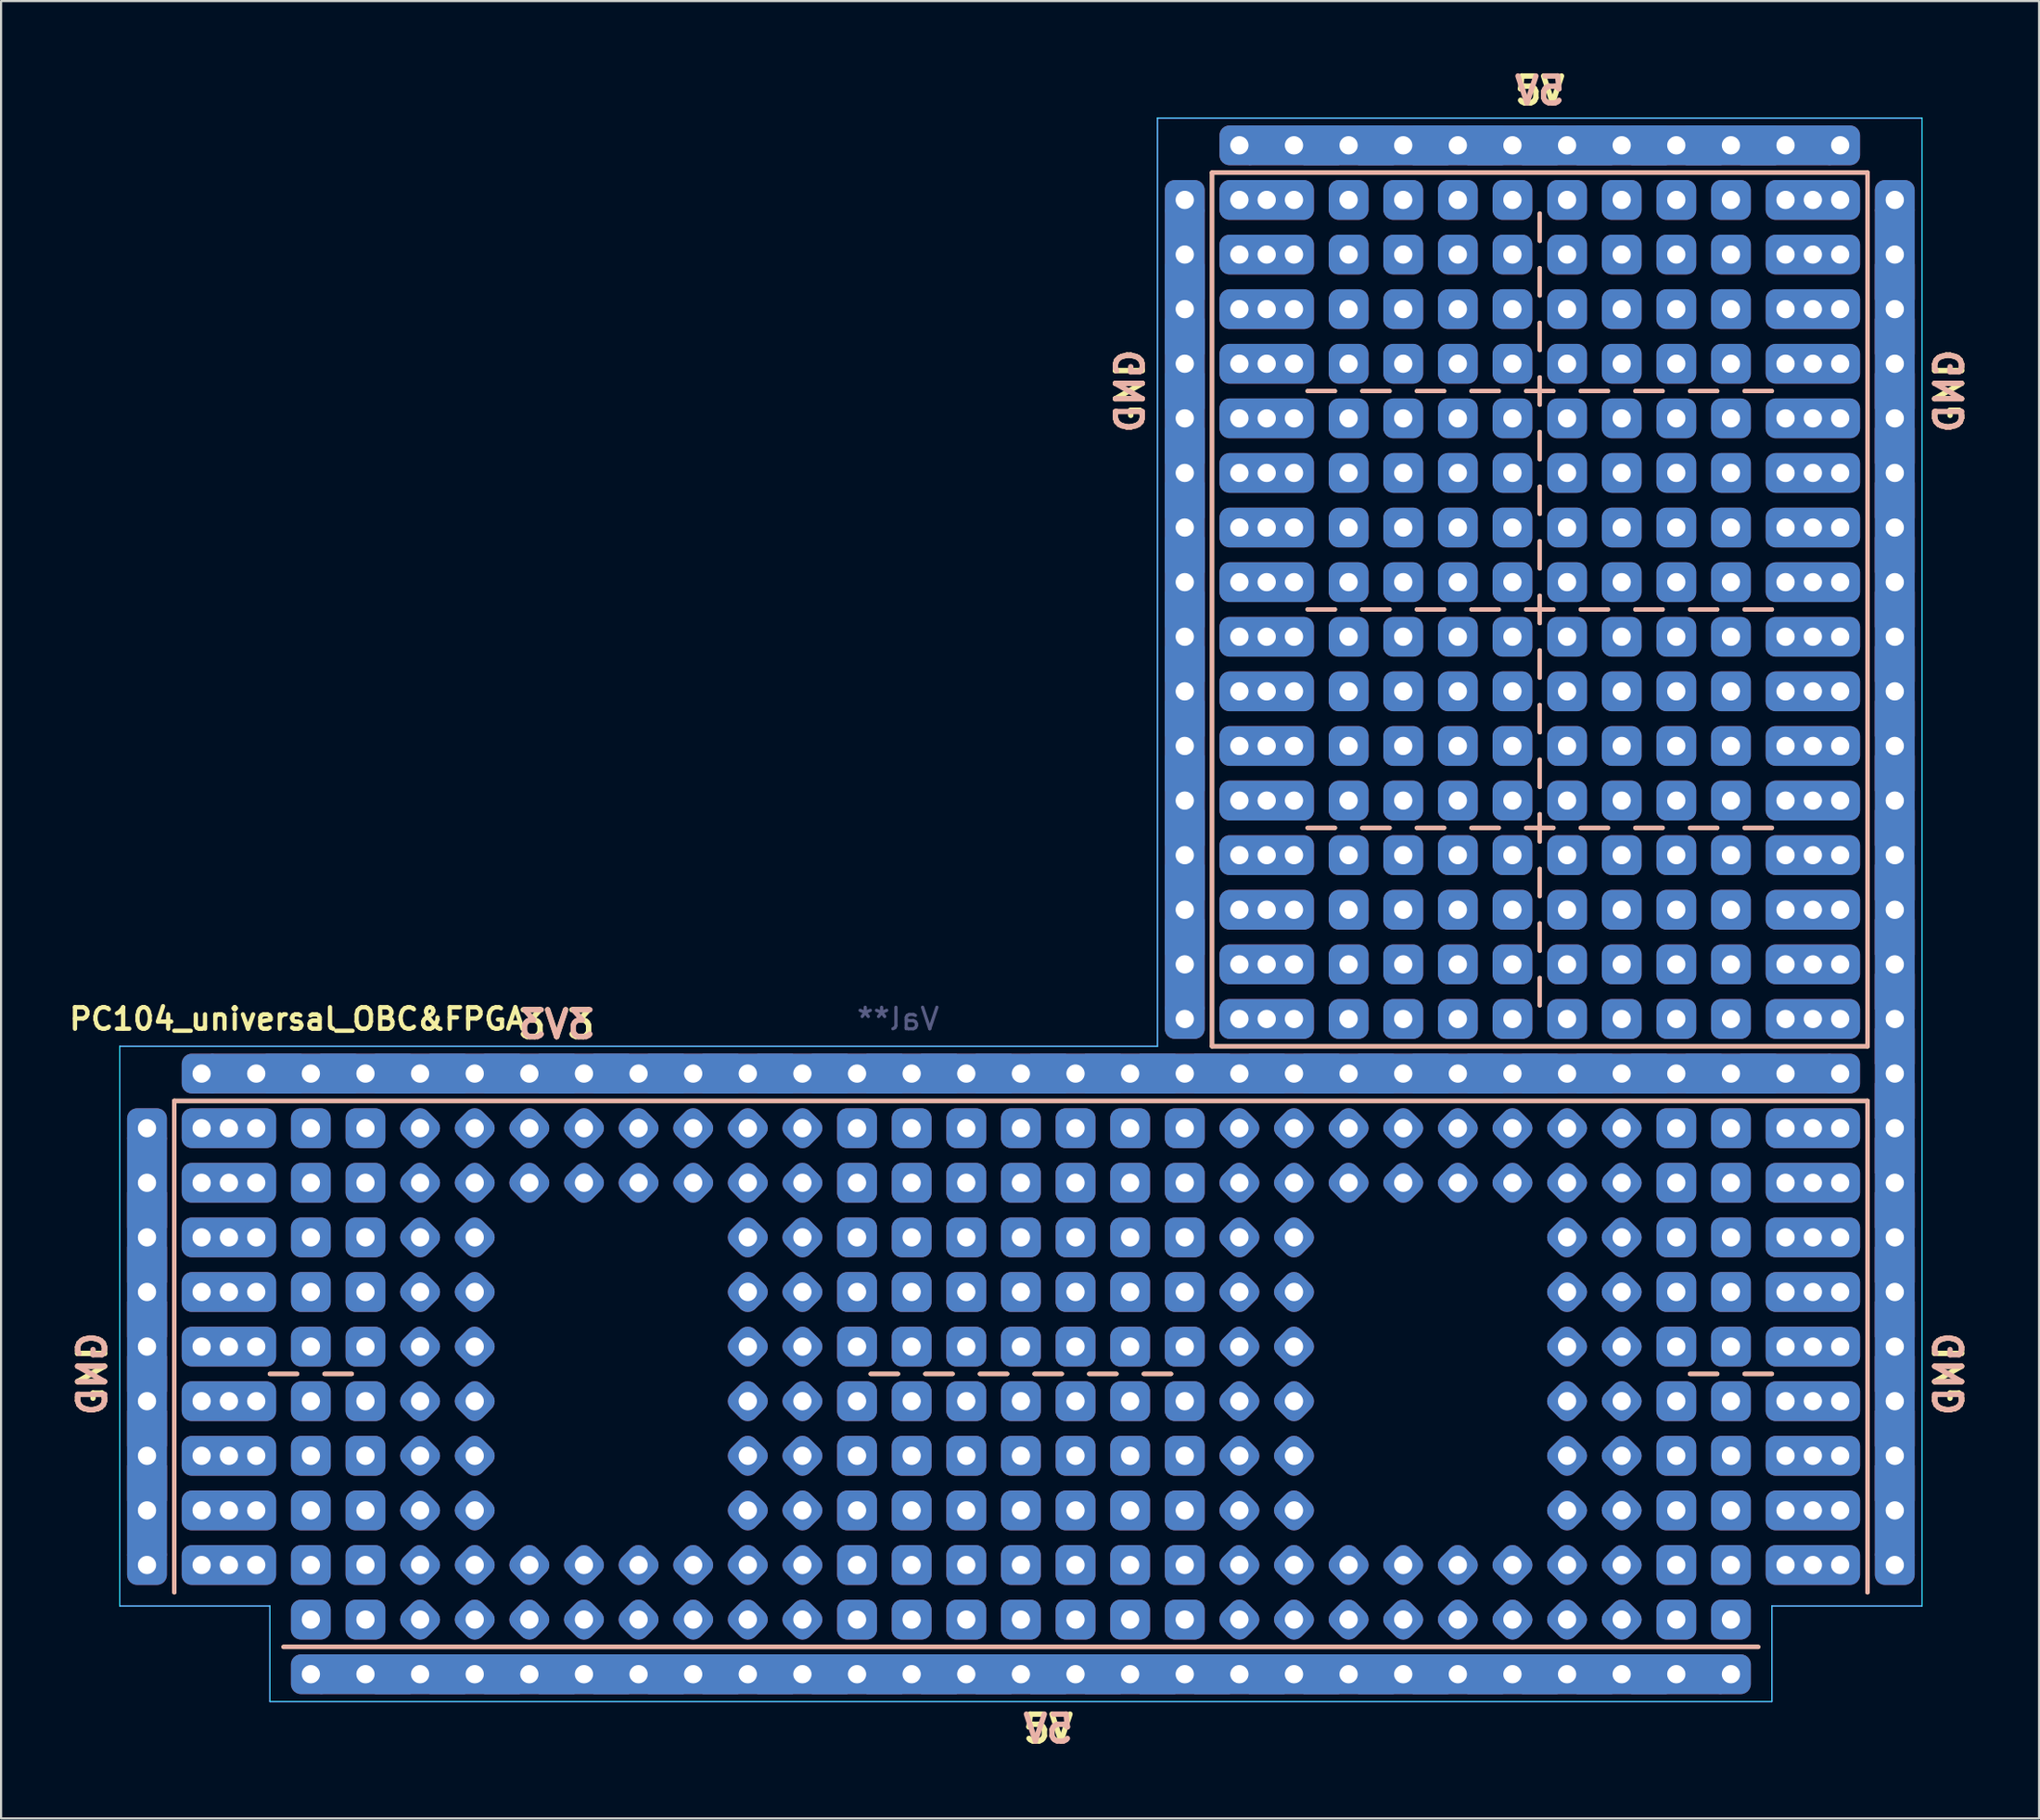
<source format=kicad_pcb>
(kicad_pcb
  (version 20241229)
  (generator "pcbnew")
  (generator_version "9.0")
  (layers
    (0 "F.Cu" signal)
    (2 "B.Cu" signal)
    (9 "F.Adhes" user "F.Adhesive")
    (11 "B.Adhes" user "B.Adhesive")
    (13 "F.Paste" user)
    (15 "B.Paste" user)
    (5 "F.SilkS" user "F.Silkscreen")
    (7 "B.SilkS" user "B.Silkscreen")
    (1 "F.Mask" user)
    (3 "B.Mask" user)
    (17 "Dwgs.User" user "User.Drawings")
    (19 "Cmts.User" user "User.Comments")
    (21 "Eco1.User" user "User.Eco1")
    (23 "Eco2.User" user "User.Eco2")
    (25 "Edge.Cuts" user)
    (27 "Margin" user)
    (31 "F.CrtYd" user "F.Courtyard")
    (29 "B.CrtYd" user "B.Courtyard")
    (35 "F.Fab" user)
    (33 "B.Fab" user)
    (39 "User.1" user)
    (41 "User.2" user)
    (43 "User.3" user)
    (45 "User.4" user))
  (footprint "PC104_universal_OBC&FPGA"
    (layer "F.Cu")
    (at 3.786 46.89)
    (property "Reference" "PC104_universal_OBC&FPGA" (at 6.985 -2.54 0) (layer "F.SilkS") (effects (font (size 1 1) (thickness 0.2))))
    (attr exclude_from_pos_files exclude_from_bom)
    (fp_line (start 1.27 1.27) (end 80.01 1.27) (stroke (width 0.2) (type solid)) (layer "F.SilkS"))
    (fp_line (start 1.27 24.13) (end 1.27 1.27) (stroke (width 0.2) (type solid)) (layer "F.SilkS"))
    (fp_line (start 5.715 13.97) (end 6.985 13.97) (stroke (width 0.2) (type solid)) (layer "F.SilkS"))
    (fp_line (start 8.255 13.97) (end 9.525 13.97) (stroke (width 0.2) (type solid)) (layer "F.SilkS"))
    (fp_line (start 33.655 13.97) (end 34.925 13.97) (stroke (width 0.2) (type solid)) (layer "F.SilkS"))
    (fp_line (start 36.195 13.97) (end 37.465 13.97) (stroke (width 0.2) (type solid)) (layer "F.SilkS"))
    (fp_line (start 38.735 13.97) (end 40.005 13.97) (stroke (width 0.2) (type solid)) (layer "F.SilkS"))
    (fp_line (start 41.275 13.97) (end 42.545 13.97) (stroke (width 0.2) (type solid)) (layer "F.SilkS"))
    (fp_line (start 43.815 13.97) (end 45.085 13.97) (stroke (width 0.2) (type solid)) (layer "F.SilkS"))
    (fp_line (start 46.355 13.97) (end 47.625 13.97) (stroke (width 0.2) (type solid)) (layer "F.SilkS"))
    (fp_line (start 49.53 -41.91) (end 80.01 -41.91) (stroke (width 0.2) (type solid)) (layer "F.SilkS"))
    (fp_line (start 49.53 -1.27) (end 49.53 -41.91) (stroke (width 0.2) (type solid)) (layer "F.SilkS"))
    (fp_line (start 53.975 -31.75) (end 55.245 -31.75) (stroke (width 0.2) (type solid)) (layer "F.SilkS"))
    (fp_line (start 53.975 -21.59) (end 55.245 -21.59) (stroke (width 0.2) (type solid)) (layer "F.SilkS"))
    (fp_line (start 53.975 -11.43) (end 55.245 -11.43) (stroke (width 0.2) (type solid)) (layer "F.SilkS"))
    (fp_line (start 56.515 -31.75) (end 57.785 -31.75) (stroke (width 0.2) (type solid)) (layer "F.SilkS"))
    (fp_line (start 56.515 -21.59) (end 57.785 -21.59) (stroke (width 0.2) (type solid)) (layer "F.SilkS"))
    (fp_line (start 56.515 -11.43) (end 57.785 -11.43) (stroke (width 0.2) (type solid)) (layer "F.SilkS"))
    (fp_line (start 59.055 -31.75) (end 60.325 -31.75) (stroke (width 0.2) (type solid)) (layer "F.SilkS"))
    (fp_line (start 59.055 -21.59) (end 60.325 -21.59) (stroke (width 0.2) (type solid)) (layer "F.SilkS"))
    (fp_line (start 59.055 -11.43) (end 60.325 -11.43) (stroke (width 0.2) (type solid)) (layer "F.SilkS"))
    (fp_line (start 61.595 -31.75) (end 62.865 -31.75) (stroke (width 0.2) (type solid)) (layer "F.SilkS"))
    (fp_line (start 61.595 -21.59) (end 62.865 -21.59) (stroke (width 0.2) (type solid)) (layer "F.SilkS"))
    (fp_line (start 61.595 -11.43) (end 62.865 -11.43) (stroke (width 0.2) (type solid)) (layer "F.SilkS"))
    (fp_line (start 64.135 -31.75) (end 65.405 -31.75) (stroke (width 0.2) (type solid)) (layer "F.SilkS"))
    (fp_line (start 64.135 -21.59) (end 65.405 -21.59) (stroke (width 0.2) (type solid)) (layer "F.SilkS"))
    (fp_line (start 64.135 -11.43) (end 65.405 -11.43) (stroke (width 0.2) (type solid)) (layer "F.SilkS"))
    (fp_line (start 64.77 -40.005) (end 64.77 -38.735) (stroke (width 0.2) (type solid)) (layer "F.SilkS"))
    (fp_line (start 64.77 -37.465) (end 64.77 -36.195) (stroke (width 0.2) (type solid)) (layer "F.SilkS"))
    (fp_line (start 64.77 -34.925) (end 64.77 -33.655) (stroke (width 0.2) (type solid)) (layer "F.SilkS"))
    (fp_line (start 64.77 -32.385) (end 64.77 -31.115) (stroke (width 0.2) (type solid)) (layer "F.SilkS"))
    (fp_line (start 64.77 -29.845) (end 64.77 -28.575) (stroke (width 0.2) (type solid)) (layer "F.SilkS"))
    (fp_line (start 64.77 -27.305) (end 64.77 -26.035) (stroke (width 0.2) (type solid)) (layer "F.SilkS"))
    (fp_line (start 64.77 -24.765) (end 64.77 -23.495) (stroke (width 0.2) (type solid)) (layer "F.SilkS"))
    (fp_line (start 64.77 -22.225) (end 64.77 -20.955) (stroke (width 0.2) (type solid)) (layer "F.SilkS"))
    (fp_line (start 64.77 -19.685) (end 64.77 -18.415) (stroke (width 0.2) (type solid)) (layer "F.SilkS"))
    (fp_line (start 64.77 -17.145) (end 64.77 -15.875) (stroke (width 0.2) (type solid)) (layer "F.SilkS"))
    (fp_line (start 64.77 -14.605) (end 64.77 -13.335) (stroke (width 0.2) (type solid)) (layer "F.SilkS"))
    (fp_line (start 64.77 -12.065) (end 64.77 -10.795) (stroke (width 0.2) (type solid)) (layer "F.SilkS"))
    (fp_line (start 64.77 -9.525) (end 64.77 -8.255) (stroke (width 0.2) (type solid)) (layer "F.SilkS"))
    (fp_line (start 64.77 -6.985) (end 64.77 -5.715) (stroke (width 0.2) (type solid)) (layer "F.SilkS"))
    (fp_line (start 64.77 -4.445) (end 64.77 -3.175) (stroke (width 0.2) (type solid)) (layer "F.SilkS"))
    (fp_line (start 66.675 -31.75) (end 67.945 -31.75) (stroke (width 0.2) (type solid)) (layer "F.SilkS"))
    (fp_line (start 66.675 -21.59) (end 67.945 -21.59) (stroke (width 0.2) (type solid)) (layer "F.SilkS"))
    (fp_line (start 66.675 -11.43) (end 67.945 -11.43) (stroke (width 0.2) (type solid)) (layer "F.SilkS"))
    (fp_line (start 69.215 -31.75) (end 70.485 -31.75) (stroke (width 0.2) (type solid)) (layer "F.SilkS"))
    (fp_line (start 69.215 -21.59) (end 70.485 -21.59) (stroke (width 0.2) (type solid)) (layer "F.SilkS"))
    (fp_line (start 69.215 -11.43) (end 70.485 -11.43) (stroke (width 0.2) (type solid)) (layer "F.SilkS"))
    (fp_line (start 71.755 -31.75) (end 73.025 -31.75) (stroke (width 0.2) (type solid)) (layer "F.SilkS"))
    (fp_line (start 71.755 -21.59) (end 73.025 -21.59) (stroke (width 0.2) (type solid)) (layer "F.SilkS"))
    (fp_line (start 71.755 -11.43) (end 73.025 -11.43) (stroke (width 0.2) (type solid)) (layer "F.SilkS"))
    (fp_line (start 71.755 13.97) (end 73.025 13.97) (stroke (width 0.2) (type solid)) (layer "F.SilkS"))
    (fp_line (start 74.295 -31.75) (end 75.565 -31.75) (stroke (width 0.2) (type solid)) (layer "F.SilkS"))
    (fp_line (start 74.295 -21.59) (end 75.565 -21.59) (stroke (width 0.2) (type solid)) (layer "F.SilkS"))
    (fp_line (start 74.295 -11.43) (end 75.565 -11.43) (stroke (width 0.2) (type solid)) (layer "F.SilkS"))
    (fp_line (start 74.295 13.97) (end 75.565 13.97) (stroke (width 0.2) (type solid)) (layer "F.SilkS"))
    (fp_line (start 74.93 26.67) (end 6.35 26.67) (stroke (width 0.2) (type solid)) (layer "F.SilkS"))
    (fp_line (start 80.01 -41.91) (end 80.01 -1.27) (stroke (width 0.2) (type solid)) (layer "F.SilkS"))
    (fp_line (start 80.01 -1.27) (end 49.53 -1.27) (stroke (width 0.2) (type solid)) (layer "F.SilkS"))
    (fp_line (start 80.01 1.27) (end 80.01 24.13) (stroke (width 0.2) (type solid)) (layer "F.SilkS"))
    (fp_line (start 1.27 1.27) (end 80.01 1.27) (stroke (width 0.2) (type solid)) (layer "B.SilkS"))
    (fp_line (start 1.27 24.13) (end 1.27 1.27) (stroke (width 0.2) (type solid)) (layer "B.SilkS"))
    (fp_line (start 5.715 13.97) (end 6.985 13.97) (stroke (width 0.2) (type solid)) (layer "B.SilkS"))
    (fp_line (start 8.255 13.97) (end 9.525 13.97) (stroke (width 0.2) (type solid)) (layer "B.SilkS"))
    (fp_line (start 33.655 13.97) (end 34.925 13.97) (stroke (width 0.2) (type solid)) (layer "B.SilkS"))
    (fp_line (start 36.195 13.97) (end 37.465 13.97) (stroke (width 0.2) (type solid)) (layer "B.SilkS"))
    (fp_line (start 38.735 13.97) (end 40.005 13.97) (stroke (width 0.2) (type solid)) (layer "B.SilkS"))
    (fp_line (start 41.275 13.97) (end 42.545 13.97) (stroke (width 0.2) (type solid)) (layer "B.SilkS"))
    (fp_line (start 43.815 13.97) (end 45.085 13.97) (stroke (width 0.2) (type solid)) (layer "B.SilkS"))
    (fp_line (start 46.355 13.97) (end 47.625 13.97) (stroke (width 0.2) (type solid)) (layer "B.SilkS"))
    (fp_line (start 49.53 -41.91) (end 80.01 -41.91) (stroke (width 0.2) (type solid)) (layer "B.SilkS"))
    (fp_line (start 49.53 -1.27) (end 49.53 -41.91) (stroke (width 0.2) (type solid)) (layer "B.SilkS"))
    (fp_line (start 53.975 -31.75) (end 55.245 -31.75) (stroke (width 0.2) (type solid)) (layer "B.SilkS"))
    (fp_line (start 53.975 -21.59) (end 55.245 -21.59) (stroke (width 0.2) (type solid)) (layer "B.SilkS"))
    (fp_line (start 53.975 -11.43) (end 55.245 -11.43) (stroke (width 0.2) (type solid)) (layer "B.SilkS"))
    (fp_line (start 56.515 -31.75) (end 57.785 -31.75) (stroke (width 0.2) (type solid)) (layer "B.SilkS"))
    (fp_line (start 56.515 -21.59) (end 57.785 -21.59) (stroke (width 0.2) (type solid)) (layer "B.SilkS"))
    (fp_line (start 56.515 -11.43) (end 57.785 -11.43) (stroke (width 0.2) (type solid)) (layer "B.SilkS"))
    (fp_line (start 59.055 -31.75) (end 60.325 -31.75) (stroke (width 0.2) (type solid)) (layer "B.SilkS"))
    (fp_line (start 59.055 -21.59) (end 60.325 -21.59) (stroke (width 0.2) (type solid)) (layer "B.SilkS"))
    (fp_line (start 59.055 -11.43) (end 60.325 -11.43) (stroke (width 0.2) (type solid)) (layer "B.SilkS"))
    (fp_line (start 61.595 -31.75) (end 62.865 -31.75) (stroke (width 0.2) (type solid)) (layer "B.SilkS"))
    (fp_line (start 61.595 -21.59) (end 62.865 -21.59) (stroke (width 0.2) (type solid)) (layer "B.SilkS"))
    (fp_line (start 61.595 -11.43) (end 62.865 -11.43) (stroke (width 0.2) (type solid)) (layer "B.SilkS"))
    (fp_line (start 64.135 -31.75) (end 65.405 -31.75) (stroke (width 0.2) (type solid)) (layer "B.SilkS"))
    (fp_line (start 64.135 -21.59) (end 65.405 -21.59) (stroke (width 0.2) (type solid)) (layer "B.SilkS"))
    (fp_line (start 64.135 -11.43) (end 65.405 -11.43) (stroke (width 0.2) (type solid)) (layer "B.SilkS"))
    (fp_line (start 64.77 -40.005) (end 64.77 -38.735) (stroke (width 0.2) (type solid)) (layer "B.SilkS"))
    (fp_line (start 64.77 -37.465) (end 64.77 -36.195) (stroke (width 0.2) (type solid)) (layer "B.SilkS"))
    (fp_line (start 64.77 -34.925) (end 64.77 -33.655) (stroke (width 0.2) (type solid)) (layer "B.SilkS"))
    (fp_line (start 64.77 -32.385) (end 64.77 -31.115) (stroke (width 0.2) (type solid)) (layer "B.SilkS"))
    (fp_line (start 64.77 -29.845) (end 64.77 -28.575) (stroke (width 0.2) (type solid)) (layer "B.SilkS"))
    (fp_line (start 64.77 -27.305) (end 64.77 -26.035) (stroke (width 0.2) (type solid)) (layer "B.SilkS"))
    (fp_line (start 64.77 -24.765) (end 64.77 -23.495) (stroke (width 0.2) (type solid)) (layer "B.SilkS"))
    (fp_line (start 64.77 -22.225) (end 64.77 -20.955) (stroke (width 0.2) (type solid)) (layer "B.SilkS"))
    (fp_line (start 64.77 -19.685) (end 64.77 -18.415) (stroke (width 0.2) (type solid)) (layer "B.SilkS"))
    (fp_line (start 64.77 -17.145) (end 64.77 -15.875) (stroke (width 0.2) (type solid)) (layer "B.SilkS"))
    (fp_line (start 64.77 -14.605) (end 64.77 -13.335) (stroke (width 0.2) (type solid)) (layer "B.SilkS"))
    (fp_line (start 64.77 -12.065) (end 64.77 -10.795) (stroke (width 0.2) (type solid)) (layer "B.SilkS"))
    (fp_line (start 64.77 -9.525) (end 64.77 -8.255) (stroke (width 0.2) (type solid)) (layer "B.SilkS"))
    (fp_line (start 64.77 -6.985) (end 64.77 -5.715) (stroke (width 0.2) (type solid)) (layer "B.SilkS"))
    (fp_line (start 64.77 -4.445) (end 64.77 -3.175) (stroke (width 0.2) (type solid)) (layer "B.SilkS"))
    (fp_line (start 66.675 -31.75) (end 67.945 -31.75) (stroke (width 0.2) (type solid)) (layer "B.SilkS"))
    (fp_line (start 66.675 -21.59) (end 67.945 -21.59) (stroke (width 0.2) (type solid)) (layer "B.SilkS"))
    (fp_line (start 66.675 -11.43) (end 67.945 -11.43) (stroke (width 0.2) (type solid)) (layer "B.SilkS"))
    (fp_line (start 69.215 -31.75) (end 70.485 -31.75) (stroke (width 0.2) (type solid)) (layer "B.SilkS"))
    (fp_line (start 69.215 -21.59) (end 70.485 -21.59) (stroke (width 0.2) (type solid)) (layer "B.SilkS"))
    (fp_line (start 69.215 -11.43) (end 70.485 -11.43) (stroke (width 0.2) (type solid)) (layer "B.SilkS"))
    (fp_line (start 71.755 -31.75) (end 73.025 -31.75) (stroke (width 0.2) (type solid)) (layer "B.SilkS"))
    (fp_line (start 71.755 -21.59) (end 73.025 -21.59) (stroke (width 0.2) (type solid)) (layer "B.SilkS"))
    (fp_line (start 71.755 -11.43) (end 73.025 -11.43) (stroke (width 0.2) (type solid)) (layer "B.SilkS"))
    (fp_line (start 71.755 13.97) (end 73.025 13.97) (stroke (width 0.2) (type solid)) (layer "B.SilkS"))
    (fp_line (start 74.295 -31.75) (end 75.565 -31.75) (stroke (width 0.2) (type solid)) (layer "B.SilkS"))
    (fp_line (start 74.295 -21.59) (end 75.565 -21.59) (stroke (width 0.2) (type solid)) (layer "B.SilkS"))
    (fp_line (start 74.295 -11.43) (end 75.565 -11.43) (stroke (width 0.2) (type solid)) (layer "B.SilkS"))
    (fp_line (start 74.295 13.97) (end 75.565 13.97) (stroke (width 0.2) (type solid)) (layer "B.SilkS"))
    (fp_line (start 74.93 26.67) (end 6.35 26.67) (stroke (width 0.2) (type solid)) (layer "B.SilkS"))
    (fp_line (start 80.01 -41.91) (end 80.01 -1.27) (stroke (width 0.2) (type solid)) (layer "B.SilkS"))
    (fp_line (start 80.01 -1.27) (end 49.53 -1.27) (stroke (width 0.2) (type solid)) (layer "B.SilkS"))
    (fp_line (start 80.01 1.27) (end 80.01 24.13) (stroke (width 0.2) (type solid)) (layer "B.SilkS"))
    (fp_line (start -1.27 -1.27) (end 46.99 -1.27) (stroke (width 0.05) (type solid)) (layer "B.CrtYd"))
    (fp_line (start -1.27 24.765) (end -1.27 -1.27) (stroke (width 0.05) (type solid)) (layer "B.CrtYd"))
    (fp_line (start 5.715 24.765) (end -1.27 24.765) (stroke (width 0.05) (type solid)) (layer "B.CrtYd"))
    (fp_line (start 5.715 29.21) (end 5.715 24.765) (stroke (width 0.05) (type solid)) (layer "B.CrtYd"))
    (fp_line (start 46.99 -44.45) (end 82.55 -44.45) (stroke (width 0.05) (type solid)) (layer "B.CrtYd"))
    (fp_line (start 46.99 -1.27) (end 46.99 -44.45) (stroke (width 0.05) (type solid)) (layer "B.CrtYd"))
    (fp_line (start 75.565 24.765) (end 75.565 29.21) (stroke (width 0.05) (type solid)) (layer "B.CrtYd"))
    (fp_line (start 75.565 29.21) (end 5.715 29.21) (stroke (width 0.05) (type solid)) (layer "B.CrtYd"))
    (fp_line (start 82.55 -44.45) (end 82.55 24.765) (stroke (width 0.05) (type solid)) (layer "B.CrtYd"))
    (fp_line (start 82.55 24.765) (end 75.565 24.765) (stroke (width 0.05) (type solid)) (layer "B.CrtYd"))
    (fp_line (start -1.27 -1.27) (end 46.99 -1.27) (stroke (width 0.05) (type solid)) (layer "F.CrtYd"))
    (fp_line (start -1.27 24.765) (end -1.27 -1.27) (stroke (width 0.05) (type solid)) (layer "F.CrtYd"))
    (fp_line (start 5.715 24.765) (end -1.27 24.765) (stroke (width 0.05) (type solid)) (layer "F.CrtYd"))
    (fp_line (start 5.715 29.21) (end 5.715 24.765) (stroke (width 0.05) (type solid)) (layer "F.CrtYd"))
    (fp_line (start 46.99 -44.45) (end 82.55 -44.45) (stroke (width 0.05) (type solid)) (layer "F.CrtYd"))
    (fp_line (start 46.99 -1.27) (end 46.99 -44.45) (stroke (width 0.05) (type solid)) (layer "F.CrtYd"))
    (fp_line (start 75.565 24.765) (end 75.565 29.21) (stroke (width 0.05) (type solid)) (layer "F.CrtYd"))
    (fp_line (start 75.565 29.21) (end 5.715 29.21) (stroke (width 0.05) (type solid)) (layer "F.CrtYd"))
    (fp_line (start 82.55 -44.45) (end 82.55 24.765) (stroke (width 0.05) (type solid)) (layer "F.CrtYd"))
    (fp_line (start 82.55 24.765) (end 75.565 24.765) (stroke (width 0.05) (type solid)) (layer "F.CrtYd"))
    (fp_text user "5V" (at 64.77 -45.72 180) (layer "F.SilkS") (effects (font (size 1.25 1.25) (thickness 0.25))))
    (fp_text user "GND" (at 45.72 -31.75 270) (layer "F.SilkS") (effects (font (size 1.25 1.25) (thickness 0.25))))
    (fp_text user "GND" (at 83.82 13.97 270) (layer "F.SilkS") (effects (font (size 1.25 1.25) (thickness 0.25))))
    (fp_text user "3V3" (at 19.05 -2.286 180) (layer "F.SilkS") (effects (font (size 1.25 1.25) (thickness 0.25))))
    (fp_text user "5V" (at 41.91 30.48 180) (layer "F.SilkS") (effects (font (size 1.25 1.25) (thickness 0.25))))
    (fp_text user "GND" (at 83.82 -31.75 270) (layer "F.SilkS") (effects (font (size 1.25 1.25) (thickness 0.25))))
    (fp_text user "GND" (at -2.54 13.97 90) (layer "F.SilkS") (effects (font (size 1.25 1.25) (thickness 0.25))))
    (fp_text user "GND" (at 83.82 13.97 90) (layer "B.SilkS") (effects (font (size 1.25 1.25) (thickness 0.25)) (justify mirror)))
    (fp_text user "GND" (at 45.72 -31.75 90) (layer "B.SilkS") (effects (font (size 1.25 1.25) (thickness 0.25)) (justify mirror)))
    (fp_text user "GND" (at 83.82 -31.75 90) (layer "B.SilkS") (effects (font (size 1.25 1.25) (thickness 0.25)) (justify mirror)))
    (fp_text user "5V" (at 64.77 -45.72 180) (layer "B.SilkS") (effects (font (size 1.25 1.25) (thickness 0.25)) (justify mirror)))
    (fp_text user "5V" (at 41.91 30.48 180) (layer "B.SilkS") (effects (font (size 1.25 1.25) (thickness 0.25)) (justify mirror)))
    (fp_text user "GND" (at -2.54 13.97 270) (layer "B.SilkS") (effects (font (size 1.25 1.25) (thickness 0.25)) (justify mirror)))
    (fp_text user "3V3" (at 19.05 -2.286 180) (layer "B.SilkS") (effects (font (size 1.25 1.25) (thickness 0.25)) (justify mirror)))
    (fp_text user "Val**" (at 34.925 -2.54 0) (layer "B.Fab") (effects (font (size 1 1) (thickness 0.15)) (justify mirror)))
    (pad "1" thru_hole roundrect (at 0 2.54 270) (size 1.85 1.85) (drill 0.85) (layers "*.Cu" "*.Mask") (roundrect_rratio 0.25))
    (pad "1" thru_hole rect (at 0 5.08 90) (size 4.2 1.85) (drill 0.85) (layers "*.Cu" "*.Mask"))
    (pad "1" thru_hole rect (at 0 7.62 90) (size 4.2 1.85) (drill 0.85) (layers "*.Cu" "*.Mask"))
    (pad "1" thru_hole rect (at 0 10.16 90) (size 4.2 1.85) (drill 0.85) (layers "*.Cu" "*.Mask"))
    (pad "1" thru_hole rect (at 0 12.7 90) (size 4.2 1.85) (drill 0.85) (layers "*.Cu" "*.Mask"))
    (pad "1" thru_hole rect (at 0 15.24 90) (size 4.2 1.85) (drill 0.85) (layers "*.Cu" "*.Mask"))
    (pad "1" thru_hole rect (at 0 17.78 90) (size 4.2 1.85) (drill 0.85) (layers "*.Cu" "*.Mask"))
    (pad "1" thru_hole rect (at 0 20.32 90) (size 4.2 1.85) (drill 0.85) (layers "*.Cu" "*.Mask"))
    (pad "1" thru_hole roundrect (at 0 22.86 270) (size 1.85 1.85) (drill 0.85) (layers "*.Cu" "*.Mask") (roundrect_rratio 0.25))
    (pad "1" thru_hole roundrect (at 48.26 -40.64) (size 1.85 1.85) (drill 0.85) (layers "*.Cu" "*.Mask") (roundrect_rratio 0.25))
    (pad "1" thru_hole rect (at 48.26 -38.1 90) (size 4.2 1.85) (drill 0.85) (layers "*.Cu" "*.Mask"))
    (pad "1" thru_hole rect (at 48.26 -35.56 90) (size 4.2 1.85) (drill 0.85) (layers "*.Cu" "*.Mask"))
    (pad "1" thru_hole rect (at 48.26 -33.02 90) (size 4.2 1.85) (drill 0.85) (layers "*.Cu" "*.Mask"))
    (pad "1" thru_hole rect (at 48.26 -30.48 90) (size 4.2 1.85) (drill 0.85) (layers "*.Cu" "*.Mask"))
    (pad "1" thru_hole rect (at 48.26 -27.94 90) (size 4.2 1.85) (drill 0.85) (layers "*.Cu" "*.Mask"))
    (pad "1" thru_hole rect (at 48.26 -25.4 90) (size 4.2 1.85) (drill 0.85) (layers "*.Cu" "*.Mask"))
    (pad "1" thru_hole rect (at 48.26 -22.86 90) (size 4.2 1.85) (drill 0.85) (layers "*.Cu" "*.Mask"))
    (pad "1" thru_hole rect (at 48.26 -20.32 90) (size 4.2 1.85) (drill 0.85) (layers "*.Cu" "*.Mask"))
    (pad "1" thru_hole rect (at 48.26 -17.78 90) (size 4.2 1.85) (drill 0.85) (layers "*.Cu" "*.Mask"))
    (pad "1" thru_hole rect (at 48.26 -15.24 90) (size 4.2 1.85) (drill 0.85) (layers "*.Cu" "*.Mask"))
    (pad "1" thru_hole rect (at 48.26 -12.7 90) (size 4.2 1.85) (drill 0.85) (layers "*.Cu" "*.Mask"))
    (pad "1" thru_hole rect (at 48.26 -10.16 90) (size 4.2 1.85) (drill 0.85) (layers "*.Cu" "*.Mask"))
    (pad "1" thru_hole rect (at 48.26 -7.62 90) (size 4.2 1.85) (drill 0.85) (layers "*.Cu" "*.Mask"))
    (pad "1" thru_hole rect (at 48.26 -5.08 90) (size 4.2 1.85) (drill 0.85) (layers "*.Cu" "*.Mask"))
    (pad "1" thru_hole roundrect (at 48.26 -2.54 270) (size 1.85 1.85) (drill 0.85) (layers "*.Cu" "*.Mask") (roundrect_rratio 0.25))
    (pad "1" thru_hole roundrect (at 81.28 -40.64) (size 1.85 1.85) (drill 0.85) (layers "*.Cu" "*.Mask") (roundrect_rratio 0.25))
    (pad "1" thru_hole rect (at 81.28 -38.1 90) (size 4.2 1.85) (drill 0.85) (layers "*.Cu" "*.Mask"))
    (pad "1" thru_hole rect (at 81.28 -35.56 90) (size 4.2 1.85) (drill 0.85) (layers "*.Cu" "*.Mask"))
    (pad "1" thru_hole rect (at 81.28 -33.02 90) (size 4.2 1.85) (drill 0.85) (layers "*.Cu" "*.Mask"))
    (pad "1" thru_hole rect (at 81.28 -30.48 90) (size 4.2 1.85) (drill 0.85) (layers "*.Cu" "*.Mask"))
    (pad "1" thru_hole rect (at 81.28 -27.94 90) (size 4.2 1.85) (drill 0.85) (layers "*.Cu" "*.Mask"))
    (pad "1" thru_hole rect (at 81.28 -25.4 90) (size 4.2 1.85) (drill 0.85) (layers "*.Cu" "*.Mask"))
    (pad "1" thru_hole rect (at 81.28 -22.86 90) (size 4.2 1.85) (drill 0.85) (layers "*.Cu" "*.Mask"))
    (pad "1" thru_hole rect (at 81.28 -20.32 90) (size 4.2 1.85) (drill 0.85) (layers "*.Cu" "*.Mask"))
    (pad "1" thru_hole rect (at 81.28 -17.78 90) (size 4.2 1.85) (drill 0.85) (layers "*.Cu" "*.Mask"))
    (pad "1" thru_hole rect (at 81.28 -15.24 90) (size 4.2 1.85) (drill 0.85) (layers "*.Cu" "*.Mask"))
    (pad "1" thru_hole rect (at 81.28 -12.7 90) (size 4.2 1.85) (drill 0.85) (layers "*.Cu" "*.Mask"))
    (pad "1" thru_hole rect (at 81.28 -10.16 90) (size 4.2 1.85) (drill 0.85) (layers "*.Cu" "*.Mask"))
    (pad "1" thru_hole rect (at 81.28 -7.62 90) (size 4.2 1.85) (drill 0.85) (layers "*.Cu" "*.Mask"))
    (pad "1" thru_hole rect (at 81.28 -5.08 90) (size 4.2 1.85) (drill 0.85) (layers "*.Cu" "*.Mask"))
    (pad "1" thru_hole rect (at 81.28 -2.54 90) (size 4.2 1.85) (drill 0.85) (layers "*.Cu" "*.Mask"))
    (pad "1" thru_hole rect (at 81.28 0 90) (size 4.2 1.85) (drill 0.85) (layers "*.Cu" "*.Mask"))
    (pad "1" thru_hole rect (at 81.28 2.54 90) (size 4.2 1.85) (drill 0.85) (layers "*.Cu" "*.Mask"))
    (pad "1" thru_hole rect (at 81.28 5.08 90) (size 4.2 1.85) (drill 0.85) (layers "*.Cu" "*.Mask"))
    (pad "1" thru_hole rect (at 81.28 7.62 90) (size 4.2 1.85) (drill 0.85) (layers "*.Cu" "*.Mask"))
    (pad "1" thru_hole rect (at 81.28 10.16 90) (size 4.2 1.85) (drill 0.85) (layers "*.Cu" "*.Mask"))
    (pad "1" thru_hole rect (at 81.28 12.7 90) (size 4.2 1.85) (drill 0.85) (layers "*.Cu" "*.Mask"))
    (pad "1" thru_hole rect (at 81.28 15.24 90) (size 4.2 1.85) (drill 0.85) (layers "*.Cu" "*.Mask"))
    (pad "1" thru_hole rect (at 81.28 17.78 90) (size 4.2 1.85) (drill 0.85) (layers "*.Cu" "*.Mask"))
    (pad "1" thru_hole rect (at 81.28 20.32 90) (size 4.2 1.85) (drill 0.85) (layers "*.Cu" "*.Mask"))
    (pad "1" thru_hole roundrect (at 81.28 22.86 270) (size 1.85 1.85) (drill 0.85) (layers "*.Cu" "*.Mask") (roundrect_rratio 0.25))
    (pad "2" thru_hole roundrect (at 2.54 0) (size 1.85 1.85) (drill 0.85) (layers "*.Cu" "*.Mask") (roundrect_rratio 0.25))
    (pad "2" thru_hole rect (at 5.08 0) (size 4.2 1.85) (drill 0.85) (layers "*.Cu" "*.Mask"))
    (pad "2" thru_hole rect (at 7.62 0) (size 4.2 1.85) (drill 0.85) (layers "*.Cu" "*.Mask"))
    (pad "2" thru_hole rect (at 10.16 0) (size 4.2 1.85) (drill 0.85) (layers "*.Cu" "*.Mask"))
    (pad "2" thru_hole rect (at 12.7 0) (size 4.2 1.85) (drill 0.85) (layers "*.Cu" "*.Mask"))
    (pad "2" thru_hole rect (at 15.24 0) (size 4.2 1.85) (drill 0.85) (layers "*.Cu" "*.Mask"))
    (pad "2" thru_hole rect (at 17.78 0) (size 4.2 1.85) (drill 0.85) (layers "*.Cu" "*.Mask"))
    (pad "2" thru_hole rect (at 20.32 0) (size 4.2 1.85) (drill 0.85) (layers "*.Cu" "*.Mask"))
    (pad "2" thru_hole rect (at 22.86 0) (size 4.2 1.85) (drill 0.85) (layers "*.Cu" "*.Mask"))
    (pad "2" thru_hole rect (at 25.4 0) (size 4.2 1.85) (drill 0.85) (layers "*.Cu" "*.Mask"))
    (pad "2" thru_hole rect (at 27.94 0) (size 4.2 1.85) (drill 0.85) (layers "*.Cu" "*.Mask"))
    (pad "2" thru_hole rect (at 30.48 0) (size 4.2 1.85) (drill 0.85) (layers "*.Cu" "*.Mask"))
    (pad "2" thru_hole rect (at 33.02 0) (size 4.2 1.85) (drill 0.85) (layers "*.Cu" "*.Mask"))
    (pad "2" thru_hole rect (at 35.56 0) (size 4.2 1.85) (drill 0.85) (layers "*.Cu" "*.Mask"))
    (pad "2" thru_hole rect (at 38.1 0) (size 4.2 1.85) (drill 0.85) (layers "*.Cu" "*.Mask"))
    (pad "2" thru_hole rect (at 40.64 0) (size 4.2 1.85) (drill 0.85) (layers "*.Cu" "*.Mask"))
    (pad "2" thru_hole rect (at 43.18 0) (size 4.2 1.85) (drill 0.85) (layers "*.Cu" "*.Mask"))
    (pad "2" thru_hole rect (at 45.72 0) (size 4.2 1.85) (drill 0.85) (layers "*.Cu" "*.Mask"))
    (pad "2" thru_hole rect (at 48.26 0 180) (size 4.2 1.85) (drill 0.85) (layers "*.Cu" "*.Mask"))
    (pad "2" thru_hole rect (at 50.8 0) (size 4.2 1.85) (drill 0.85) (layers "*.Cu" "*.Mask"))
    (pad "2" thru_hole rect (at 53.34 0) (size 4.2 1.85) (drill 0.85) (layers "*.Cu" "*.Mask"))
    (pad "2" thru_hole rect (at 55.88 0) (size 4.2 1.85) (drill 0.85) (layers "*.Cu" "*.Mask"))
    (pad "2" thru_hole rect (at 58.42 0) (size 4.2 1.85) (drill 0.85) (layers "*.Cu" "*.Mask"))
    (pad "2" thru_hole rect (at 60.96 0) (size 4.2 1.85) (drill 0.85) (layers "*.Cu" "*.Mask"))
    (pad "2" thru_hole rect (at 63.5 0) (size 4.2 1.85) (drill 0.85) (layers "*.Cu" "*.Mask"))
    (pad "2" thru_hole rect (at 66.04 0) (size 4.2 1.85) (drill 0.85) (layers "*.Cu" "*.Mask"))
    (pad "2" thru_hole rect (at 68.58 0) (size 4.2 1.85) (drill 0.85) (layers "*.Cu" "*.Mask"))
    (pad "2" thru_hole rect (at 71.12 0) (size 4.2 1.85) (drill 0.85) (layers "*.Cu" "*.Mask"))
    (pad "2" thru_hole rect (at 73.66 0) (size 4.2 1.85) (drill 0.85) (layers "*.Cu" "*.Mask"))
    (pad "2" thru_hole rect (at 76.2 0) (size 4.2 1.85) (drill 0.85) (layers "*.Cu" "*.Mask"))
    (pad "2" thru_hole roundrect (at 78.74 0) (size 1.85 1.85) (drill 0.85) (layers "*.Cu" "*.Mask") (roundrect_rratio 0.25))
    (pad "3" thru_hole roundrect (at 7.62 27.94 270) (size 1.85 1.85) (drill 0.85) (layers "*.Cu" "*.Mask") (roundrect_rratio 0.25))
    (pad "3" thru_hole rect (at 10.16 27.94) (size 4.2 1.85) (drill 0.85) (layers "*.Cu" "*.Mask"))
    (pad "3" thru_hole rect (at 12.7 27.94) (size 4.2 1.85) (drill 0.85) (layers "*.Cu" "*.Mask"))
    (pad "3" thru_hole rect (at 15.24 27.94) (size 4.2 1.85) (drill 0.85) (layers "*.Cu" "*.Mask"))
    (pad "3" thru_hole rect (at 17.78 27.94) (size 4.2 1.85) (drill 0.85) (layers "*.Cu" "*.Mask"))
    (pad "3" thru_hole rect (at 20.32 27.94) (size 4.2 1.85) (drill 0.85) (layers "*.Cu" "*.Mask"))
    (pad "3" thru_hole rect (at 22.86 27.94) (size 4.2 1.85) (drill 0.85) (layers "*.Cu" "*.Mask"))
    (pad "3" thru_hole rect (at 25.4 27.94) (size 4.2 1.85) (drill 0.85) (layers "*.Cu" "*.Mask"))
    (pad "3" thru_hole rect (at 27.94 27.94) (size 4.2 1.85) (drill 0.85) (layers "*.Cu" "*.Mask"))
    (pad "3" thru_hole rect (at 30.48 27.94) (size 4.2 1.85) (drill 0.85) (layers "*.Cu" "*.Mask"))
    (pad "3" thru_hole rect (at 33.02 27.94) (size 4.2 1.85) (drill 0.85) (layers "*.Cu" "*.Mask"))
    (pad "3" thru_hole rect (at 35.56 27.94) (size 4.2 1.85) (drill 0.85) (layers "*.Cu" "*.Mask"))
    (pad "3" thru_hole rect (at 38.1 27.94) (size 4.2 1.85) (drill 0.85) (layers "*.Cu" "*.Mask"))
    (pad "3" thru_hole rect (at 40.64 27.94) (size 4.2 1.85) (drill 0.85) (layers "*.Cu" "*.Mask"))
    (pad "3" thru_hole rect (at 43.18 27.94) (size 4.2 1.85) (drill 0.85) (layers "*.Cu" "*.Mask"))
    (pad "3" thru_hole rect (at 45.72 27.94) (size 4.2 1.85) (drill 0.85) (layers "*.Cu" "*.Mask"))
    (pad "3" thru_hole rect (at 48.26 27.94) (size 4.2 1.85) (drill 0.85) (layers "*.Cu" "*.Mask"))
    (pad "3" thru_hole roundrect (at 50.8 -43.18) (size 1.85 1.85) (drill 0.85) (layers "*.Cu" "*.Mask") (roundrect_rratio 0.25))
    (pad "3" thru_hole rect (at 50.8 27.94) (size 4.2 1.85) (drill 0.85) (layers "*.Cu" "*.Mask"))
    (pad "3" thru_hole rect (at 53.34 -43.18) (size 4.2 1.85) (drill 0.85) (layers "*.Cu" "*.Mask"))
    (pad "3" thru_hole rect (at 53.34 27.94) (size 4.2 1.85) (drill 0.85) (layers "*.Cu" "*.Mask"))
    (pad "3" thru_hole rect (at 55.88 -43.18) (size 4.2 1.85) (drill 0.85) (layers "*.Cu" "*.Mask"))
    (pad "3" thru_hole rect (at 55.88 27.94) (size 4.2 1.85) (drill 0.85) (layers "*.Cu" "*.Mask"))
    (pad "3" thru_hole rect (at 58.42 -43.18) (size 4.2 1.85) (drill 0.85) (layers "*.Cu" "*.Mask"))
    (pad "3" thru_hole rect (at 58.42 27.94) (size 4.2 1.85) (drill 0.85) (layers "*.Cu" "*.Mask"))
    (pad "3" thru_hole rect (at 60.96 -43.18) (size 4.2 1.85) (drill 0.85) (layers "*.Cu" "*.Mask"))
    (pad "3" thru_hole rect (at 60.96 27.94) (size 4.2 1.85) (drill 0.85) (layers "*.Cu" "*.Mask"))
    (pad "3" thru_hole rect (at 63.5 -43.18) (size 4.2 1.85) (drill 0.85) (layers "*.Cu" "*.Mask"))
    (pad "3" thru_hole rect (at 63.5 27.94) (size 4.2 1.85) (drill 0.85) (layers "*.Cu" "*.Mask"))
    (pad "3" thru_hole rect (at 66.04 -43.18) (size 4.2 1.85) (drill 0.85) (layers "*.Cu" "*.Mask"))
    (pad "3" thru_hole rect (at 66.04 27.94) (size 4.2 1.85) (drill 0.85) (layers "*.Cu" "*.Mask"))
    (pad "3" thru_hole rect (at 68.58 -43.18) (size 4.2 1.85) (drill 0.85) (layers "*.Cu" "*.Mask"))
    (pad "3" thru_hole rect (at 68.58 27.94) (size 4.2 1.85) (drill 0.85) (layers "*.Cu" "*.Mask"))
    (pad "3" thru_hole rect (at 71.12 -43.18) (size 4.2 1.85) (drill 0.85) (layers "*.Cu" "*.Mask"))
    (pad "3" thru_hole rect (at 71.12 27.94) (size 4.2 1.85) (drill 0.85) (layers "*.Cu" "*.Mask"))
    (pad "3" thru_hole rect (at 73.66 -43.18) (size 4.2 1.85) (drill 0.85) (layers "*.Cu" "*.Mask"))
    (pad "3" thru_hole roundrect (at 73.66 27.94 270) (size 1.85 1.85) (drill 0.85) (layers "*.Cu" "*.Mask") (roundrect_rratio 0.25))
    (pad "3" thru_hole rect (at 76.2 -43.18) (size 4.2 1.85) (drill 0.85) (layers "*.Cu" "*.Mask"))
    (pad "3" thru_hole roundrect (at 78.74 -43.18) (size 1.85 1.85) (drill 0.85) (layers "*.Cu" "*.Mask") (roundrect_rratio 0.25))
    (pad "NC" thru_hole circle (at 2.54 2.54) (size 1.5 1.5) (drill 0.85) (layers "*.Cu" "*.Mask"))
    (pad "NC" thru_hole circle (at 2.54 5.08) (size 1.5 1.5) (drill 0.85) (layers "*.Cu" "*.Mask"))
    (pad "NC" thru_hole circle (at 2.54 7.62) (size 1.5 1.5) (drill 0.85) (layers "*.Cu" "*.Mask"))
    (pad "NC" thru_hole circle (at 2.54 10.16) (size 1.5 1.5) (drill 0.85) (layers "*.Cu" "*.Mask"))
    (pad "NC" thru_hole circle (at 2.54 12.7) (size 1.5 1.5) (drill 0.85) (layers "*.Cu" "*.Mask"))
    (pad "NC" thru_hole circle (at 2.54 15.24) (size 1.5 1.5) (drill 0.85) (layers "*.Cu" "*.Mask"))
    (pad "NC" thru_hole circle (at 2.54 17.78) (size 1.5 1.5) (drill 0.85) (layers "*.Cu" "*.Mask"))
    (pad "NC" thru_hole circle (at 2.54 20.32) (size 1.5 1.5) (drill 0.85) (layers "*.Cu" "*.Mask"))
    (pad "NC" thru_hole circle (at 2.54 22.86) (size 1.5 1.5) (drill 0.85) (layers "*.Cu" "*.Mask"))
    (pad "NC" thru_hole roundrect (at 3.81 2.54) (size 4.39 1.85) (drill 0.85) (layers "*.Cu" "*.Mask") (roundrect_rratio 0.25))
    (pad "NC" thru_hole roundrect (at 3.81 5.08) (size 4.39 1.85) (drill 0.85) (layers "*.Cu" "*.Mask") (roundrect_rratio 0.25))
    (pad "NC" thru_hole roundrect (at 3.81 7.62) (size 4.39 1.85) (drill 0.85) (layers "*.Cu" "*.Mask") (roundrect_rratio 0.25))
    (pad "NC" thru_hole roundrect (at 3.81 10.16) (size 4.39 1.85) (drill 0.85) (layers "*.Cu" "*.Mask") (roundrect_rratio 0.25))
    (pad "NC" thru_hole roundrect (at 3.81 12.7) (size 4.39 1.85) (drill 0.85) (layers "*.Cu" "*.Mask") (roundrect_rratio 0.25))
    (pad "NC" thru_hole roundrect (at 3.81 15.24) (size 4.39 1.85) (drill 0.85) (layers "*.Cu" "*.Mask") (roundrect_rratio 0.25))
    (pad "NC" thru_hole roundrect (at 3.81 17.78) (size 4.39 1.85) (drill 0.85) (layers "*.Cu" "*.Mask") (roundrect_rratio 0.25))
    (pad "NC" thru_hole roundrect (at 3.81 20.32) (size 4.39 1.85) (drill 0.85) (layers "*.Cu" "*.Mask") (roundrect_rratio 0.25))
    (pad "NC" thru_hole roundrect (at 3.81 22.86) (size 4.39 1.85) (drill 0.85) (layers "*.Cu" "*.Mask") (roundrect_rratio 0.25))
    (pad "NC" thru_hole circle (at 5.08 2.54) (size 1.5 1.5) (drill 0.85) (layers "*.Cu" "*.Mask"))
    (pad "NC" thru_hole circle (at 5.08 5.08) (size 1.5 1.5) (drill 0.85) (layers "*.Cu" "*.Mask"))
    (pad "NC" thru_hole circle (at 5.08 7.62) (size 1.5 1.5) (drill 0.85) (layers "*.Cu" "*.Mask"))
    (pad "NC" thru_hole circle (at 5.08 10.16) (size 1.5 1.5) (drill 0.85) (layers "*.Cu" "*.Mask"))
    (pad "NC" thru_hole circle (at 5.08 12.7) (size 1.5 1.5) (drill 0.85) (layers "*.Cu" "*.Mask"))
    (pad "NC" thru_hole circle (at 5.08 15.24) (size 1.5 1.5) (drill 0.85) (layers "*.Cu" "*.Mask"))
    (pad "NC" thru_hole circle (at 5.08 17.78) (size 1.5 1.5) (drill 0.85) (layers "*.Cu" "*.Mask"))
    (pad "NC" thru_hole circle (at 5.08 20.32) (size 1.5 1.5) (drill 0.85) (layers "*.Cu" "*.Mask"))
    (pad "NC" thru_hole circle (at 5.08 22.86) (size 1.5 1.5) (drill 0.85) (layers "*.Cu" "*.Mask"))
    (pad "NC" thru_hole roundrect (at 7.62 2.54) (size 1.85 1.85) (drill 0.85) (layers "*.Cu" "*.Mask") (roundrect_rratio 0.25))
    (pad "NC" thru_hole roundrect (at 7.62 5.08) (size 1.85 1.85) (drill 0.85) (layers "*.Cu" "*.Mask") (roundrect_rratio 0.25))
    (pad "NC" thru_hole roundrect (at 7.62 7.62) (size 1.85 1.85) (drill 0.85) (layers "*.Cu" "*.Mask") (roundrect_rratio 0.25))
    (pad "NC" thru_hole roundrect (at 7.62 10.16) (size 1.85 1.85) (drill 0.85) (layers "*.Cu" "*.Mask") (roundrect_rratio 0.25))
    (pad "NC" thru_hole roundrect (at 7.62 12.7) (size 1.85 1.85) (drill 0.85) (layers "*.Cu" "*.Mask") (roundrect_rratio 0.25))
    (pad "NC" thru_hole roundrect (at 7.62 15.24) (size 1.85 1.85) (drill 0.85) (layers "*.Cu" "*.Mask") (roundrect_rratio 0.25))
    (pad "NC" thru_hole roundrect (at 7.62 17.78) (size 1.85 1.85) (drill 0.85) (layers "*.Cu" "*.Mask") (roundrect_rratio 0.25))
    (pad "NC" thru_hole roundrect (at 7.62 20.32) (size 1.85 1.85) (drill 0.85) (layers "*.Cu" "*.Mask") (roundrect_rratio 0.25))
    (pad "NC" thru_hole roundrect (at 7.62 22.86) (size 1.85 1.85) (drill 0.85) (layers "*.Cu" "*.Mask") (roundrect_rratio 0.25))
    (pad "NC" thru_hole roundrect (at 7.62 25.4) (size 1.85 1.85) (drill 0.85) (layers "*.Cu" "*.Mask") (roundrect_rratio 0.25))
    (pad "NC" thru_hole roundrect (at 10.16 2.54) (size 1.85 1.85) (drill 0.85) (layers "*.Cu" "*.Mask") (roundrect_rratio 0.25))
    (pad "NC" thru_hole roundrect (at 10.16 5.08) (size 1.85 1.85) (drill 0.85) (layers "*.Cu" "*.Mask") (roundrect_rratio 0.25))
    (pad "NC" thru_hole roundrect (at 10.16 7.62) (size 1.85 1.85) (drill 0.85) (layers "*.Cu" "*.Mask") (roundrect_rratio 0.25))
    (pad "NC" thru_hole roundrect (at 10.16 10.16) (size 1.85 1.85) (drill 0.85) (layers "*.Cu" "*.Mask") (roundrect_rratio 0.25))
    (pad "NC" thru_hole roundrect (at 10.16 12.7) (size 1.85 1.85) (drill 0.85) (layers "*.Cu" "*.Mask") (roundrect_rratio 0.25))
    (pad "NC" thru_hole roundrect (at 10.16 15.24) (size 1.85 1.85) (drill 0.85) (layers "*.Cu" "*.Mask") (roundrect_rratio 0.25))
    (pad "NC" thru_hole roundrect (at 10.16 17.78) (size 1.85 1.85) (drill 0.85) (layers "*.Cu" "*.Mask") (roundrect_rratio 0.25))
    (pad "NC" thru_hole roundrect (at 10.16 20.32) (size 1.85 1.85) (drill 0.85) (layers "*.Cu" "*.Mask") (roundrect_rratio 0.25))
    (pad "NC" thru_hole roundrect (at 10.16 22.86) (size 1.85 1.85) (drill 0.85) (layers "*.Cu" "*.Mask") (roundrect_rratio 0.25))
    (pad "NC" thru_hole roundrect (at 10.16 25.4) (size 1.85 1.85) (drill 0.85) (layers "*.Cu" "*.Mask") (roundrect_rratio 0.25))
    (pad "NC" thru_hole roundrect (at 12.7 2.54 315) (size 1.6 1.6) (drill 0.85) (layers "*.Cu" "*.Mask") (roundrect_rratio 0.305))
    (pad "NC" thru_hole roundrect (at 12.7 5.08 315) (size 1.6 1.6) (drill 0.85) (layers "*.Cu" "*.Mask") (roundrect_rratio 0.305))
    (pad "NC" thru_hole roundrect (at 12.7 7.62 315) (size 1.6 1.6) (drill 0.85) (layers "*.Cu" "*.Mask") (roundrect_rratio 0.305))
    (pad "NC" thru_hole roundrect (at 12.7 10.16 315) (size 1.6 1.6) (drill 0.85) (layers "*.Cu" "*.Mask") (roundrect_rratio 0.305))
    (pad "NC" thru_hole roundrect (at 12.7 12.7 315) (size 1.6 1.6) (drill 0.85) (layers "*.Cu" "*.Mask") (roundrect_rratio 0.305))
    (pad "NC" thru_hole roundrect (at 12.7 15.24 315) (size 1.6 1.6) (drill 0.85) (layers "*.Cu" "*.Mask") (roundrect_rratio 0.305))
    (pad "NC" thru_hole roundrect (at 12.7 17.78 315) (size 1.6 1.6) (drill 0.85) (layers "*.Cu" "*.Mask") (roundrect_rratio 0.305))
    (pad "NC" thru_hole roundrect (at 12.7 20.32 315) (size 1.6 1.6) (drill 0.85) (layers "*.Cu" "*.Mask") (roundrect_rratio 0.305))
    (pad "NC" thru_hole roundrect (at 12.7 22.86 315) (size 1.6 1.6) (drill 0.85) (layers "*.Cu" "*.Mask") (roundrect_rratio 0.305))
    (pad "NC" thru_hole roundrect (at 12.7 25.4 315) (size 1.6 1.6) (drill 0.85) (layers "*.Cu" "*.Mask") (roundrect_rratio 0.305))
    (pad "NC" thru_hole roundrect (at 15.24 2.54 315) (size 1.6 1.6) (drill 0.85) (layers "*.Cu" "*.Mask") (roundrect_rratio 0.305))
    (pad "NC" thru_hole roundrect (at 15.24 5.08 315) (size 1.6 1.6) (drill 0.85) (layers "*.Cu" "*.Mask") (roundrect_rratio 0.305))
    (pad "NC" thru_hole roundrect (at 15.24 7.62 315) (size 1.6 1.6) (drill 0.85) (layers "*.Cu" "*.Mask") (roundrect_rratio 0.305))
    (pad "NC" thru_hole roundrect (at 15.24 10.16 315) (size 1.6 1.6) (drill 0.85) (layers "*.Cu" "*.Mask") (roundrect_rratio 0.305))
    (pad "NC" thru_hole roundrect (at 15.24 12.7 315) (size 1.6 1.6) (drill 0.85) (layers "*.Cu" "*.Mask") (roundrect_rratio 0.305))
    (pad "NC" thru_hole roundrect (at 15.24 15.24 315) (size 1.6 1.6) (drill 0.85) (layers "*.Cu" "*.Mask") (roundrect_rratio 0.305))
    (pad "NC" thru_hole roundrect (at 15.24 17.78 315) (size 1.6 1.6) (drill 0.85) (layers "*.Cu" "*.Mask") (roundrect_rratio 0.305))
    (pad "NC" thru_hole roundrect (at 15.24 20.32 315) (size 1.6 1.6) (drill 0.85) (layers "*.Cu" "*.Mask") (roundrect_rratio 0.305))
    (pad "NC" thru_hole roundrect (at 15.24 22.86 315) (size 1.6 1.6) (drill 0.85) (layers "*.Cu" "*.Mask") (roundrect_rratio 0.305))
    (pad "NC" thru_hole roundrect (at 15.24 25.4 315) (size 1.6 1.6) (drill 0.85) (layers "*.Cu" "*.Mask") (roundrect_rratio 0.305))
    (pad "NC" thru_hole roundrect (at 17.78 2.54 315) (size 1.6 1.6) (drill 0.85) (layers "*.Cu" "*.Mask") (roundrect_rratio 0.305))
    (pad "NC" thru_hole roundrect (at 17.78 5.08 315) (size 1.6 1.6) (drill 0.85) (layers "*.Cu" "*.Mask") (roundrect_rratio 0.305))
    (pad "NC" thru_hole roundrect (at 17.78 22.86 315) (size 1.6 1.6) (drill 0.85) (layers "*.Cu" "*.Mask") (roundrect_rratio 0.305))
    (pad "NC" thru_hole roundrect (at 17.78 25.4 315) (size 1.6 1.6) (drill 0.85) (layers "*.Cu" "*.Mask") (roundrect_rratio 0.305))
    (pad "NC" thru_hole roundrect (at 20.32 2.54 315) (size 1.6 1.6) (drill 0.85) (layers "*.Cu" "*.Mask") (roundrect_rratio 0.305))
    (pad "NC" thru_hole roundrect (at 20.32 5.08 315) (size 1.6 1.6) (drill 0.85) (layers "*.Cu" "*.Mask") (roundrect_rratio 0.305))
    (pad "NC" thru_hole roundrect (at 20.32 22.86 315) (size 1.6 1.6) (drill 0.85) (layers "*.Cu" "*.Mask") (roundrect_rratio 0.305))
    (pad "NC" thru_hole roundrect (at 20.32 25.4 315) (size 1.6 1.6) (drill 0.85) (layers "*.Cu" "*.Mask") (roundrect_rratio 0.305))
    (pad "NC" thru_hole roundrect (at 22.86 2.54 315) (size 1.6 1.6) (drill 0.85) (layers "*.Cu" "*.Mask") (roundrect_rratio 0.305))
    (pad "NC" thru_hole roundrect (at 22.86 5.08 315) (size 1.6 1.6) (drill 0.85) (layers "*.Cu" "*.Mask") (roundrect_rratio 0.305))
    (pad "NC" thru_hole roundrect (at 22.86 22.86 315) (size 1.6 1.6) (drill 0.85) (layers "*.Cu" "*.Mask") (roundrect_rratio 0.305))
    (pad "NC" thru_hole roundrect (at 22.86 25.4 315) (size 1.6 1.6) (drill 0.85) (layers "*.Cu" "*.Mask") (roundrect_rratio 0.305))
    (pad "NC" thru_hole roundrect (at 25.4 2.54 315) (size 1.6 1.6) (drill 0.85) (layers "*.Cu" "*.Mask") (roundrect_rratio 0.305))
    (pad "NC" thru_hole roundrect (at 25.4 5.08 315) (size 1.6 1.6) (drill 0.85) (layers "*.Cu" "*.Mask") (roundrect_rratio 0.305))
    (pad "NC" thru_hole roundrect (at 25.4 22.86 315) (size 1.6 1.6) (drill 0.85) (layers "*.Cu" "*.Mask") (roundrect_rratio 0.305))
    (pad "NC" thru_hole roundrect (at 25.4 25.4 315) (size 1.6 1.6) (drill 0.85) (layers "*.Cu" "*.Mask") (roundrect_rratio 0.305))
    (pad "NC" thru_hole roundrect (at 27.94 2.54 315) (size 1.6 1.6) (drill 0.85) (layers "*.Cu" "*.Mask") (roundrect_rratio 0.305))
    (pad "NC" thru_hole roundrect (at 27.94 5.08 315) (size 1.6 1.6) (drill 0.85) (layers "*.Cu" "*.Mask") (roundrect_rratio 0.305))
    (pad "NC" thru_hole roundrect (at 27.94 7.62 315) (size 1.6 1.6) (drill 0.85) (layers "*.Cu" "*.Mask") (roundrect_rratio 0.305))
    (pad "NC" thru_hole roundrect (at 27.94 10.16 315) (size 1.6 1.6) (drill 0.85) (layers "*.Cu" "*.Mask") (roundrect_rratio 0.305))
    (pad "NC" thru_hole roundrect (at 27.94 12.7 315) (size 1.6 1.6) (drill 0.85) (layers "*.Cu" "*.Mask") (roundrect_rratio 0.305))
    (pad "NC" thru_hole roundrect (at 27.94 15.24 315) (size 1.6 1.6) (drill 0.85) (layers "*.Cu" "*.Mask") (roundrect_rratio 0.305))
    (pad "NC" thru_hole roundrect (at 27.94 17.78 315) (size 1.6 1.6) (drill 0.85) (layers "*.Cu" "*.Mask") (roundrect_rratio 0.305))
    (pad "NC" thru_hole roundrect (at 27.94 20.32 315) (size 1.6 1.6) (drill 0.85) (layers "*.Cu" "*.Mask") (roundrect_rratio 0.305))
    (pad "NC" thru_hole roundrect (at 27.94 22.86 315) (size 1.6 1.6) (drill 0.85) (layers "*.Cu" "*.Mask") (roundrect_rratio 0.305))
    (pad "NC" thru_hole roundrect (at 27.94 25.4 315) (size 1.6 1.6) (drill 0.85) (layers "*.Cu" "*.Mask") (roundrect_rratio 0.305))
    (pad "NC" thru_hole roundrect (at 30.48 2.54 315) (size 1.6 1.6) (drill 0.85) (layers "*.Cu" "*.Mask") (roundrect_rratio 0.305))
    (pad "NC" thru_hole roundrect (at 30.48 5.08 315) (size 1.6 1.6) (drill 0.85) (layers "*.Cu" "*.Mask") (roundrect_rratio 0.305))
    (pad "NC" thru_hole roundrect (at 30.48 7.62 315) (size 1.6 1.6) (drill 0.85) (layers "*.Cu" "*.Mask") (roundrect_rratio 0.305))
    (pad "NC" thru_hole roundrect (at 30.48 10.16 315) (size 1.6 1.6) (drill 0.85) (layers "*.Cu" "*.Mask") (roundrect_rratio 0.305))
    (pad "NC" thru_hole roundrect (at 30.48 12.7 315) (size 1.6 1.6) (drill 0.85) (layers "*.Cu" "*.Mask") (roundrect_rratio 0.305))
    (pad "NC" thru_hole roundrect (at 30.48 15.24 315) (size 1.6 1.6) (drill 0.85) (layers "*.Cu" "*.Mask") (roundrect_rratio 0.305))
    (pad "NC" thru_hole roundrect (at 30.48 17.78 315) (size 1.6 1.6) (drill 0.85) (layers "*.Cu" "*.Mask") (roundrect_rratio 0.305))
    (pad "NC" thru_hole roundrect (at 30.48 20.32 315) (size 1.6 1.6) (drill 0.85) (layers "*.Cu" "*.Mask") (roundrect_rratio 0.305))
    (pad "NC" thru_hole roundrect (at 30.48 22.86 315) (size 1.6 1.6) (drill 0.85) (layers "*.Cu" "*.Mask") (roundrect_rratio 0.305))
    (pad "NC" thru_hole roundrect (at 30.48 25.4 315) (size 1.6 1.6) (drill 0.85) (layers "*.Cu" "*.Mask") (roundrect_rratio 0.305))
    (pad "NC" thru_hole roundrect (at 33.02 2.54) (size 1.85 1.85) (drill 0.85) (layers "*.Cu" "*.Mask") (roundrect_rratio 0.25))
    (pad "NC" thru_hole roundrect (at 33.02 5.08) (size 1.85 1.85) (drill 0.85) (layers "*.Cu" "*.Mask") (roundrect_rratio 0.25))
    (pad "NC" thru_hole roundrect (at 33.02 7.62) (size 1.85 1.85) (drill 0.85) (layers "*.Cu" "*.Mask") (roundrect_rratio 0.25))
    (pad "NC" thru_hole roundrect (at 33.02 10.16) (size 1.85 1.85) (drill 0.85) (layers "*.Cu" "*.Mask") (roundrect_rratio 0.25))
    (pad "NC" thru_hole roundrect (at 33.02 12.7) (size 1.85 1.85) (drill 0.85) (layers "*.Cu" "*.Mask") (roundrect_rratio 0.25))
    (pad "NC" thru_hole roundrect (at 33.02 15.24) (size 1.85 1.85) (drill 0.85) (layers "*.Cu" "*.Mask") (roundrect_rratio 0.25))
    (pad "NC" thru_hole roundrect (at 33.02 17.78) (size 1.85 1.85) (drill 0.85) (layers "*.Cu" "*.Mask") (roundrect_rratio 0.25))
    (pad "NC" thru_hole roundrect (at 33.02 20.32) (size 1.85 1.85) (drill 0.85) (layers "*.Cu" "*.Mask") (roundrect_rratio 0.25))
    (pad "NC" thru_hole roundrect (at 33.02 22.86) (size 1.85 1.85) (drill 0.85) (layers "*.Cu" "*.Mask") (roundrect_rratio 0.25))
    (pad "NC" thru_hole roundrect (at 33.02 25.4) (size 1.85 1.85) (drill 0.85) (layers "*.Cu" "*.Mask") (roundrect_rratio 0.25))
    (pad "NC" thru_hole roundrect (at 35.56 2.54) (size 1.85 1.85) (drill 0.85) (layers "*.Cu" "*.Mask") (roundrect_rratio 0.25))
    (pad "NC" thru_hole roundrect (at 35.56 5.08) (size 1.85 1.85) (drill 0.85) (layers "*.Cu" "*.Mask") (roundrect_rratio 0.25))
    (pad "NC" thru_hole roundrect (at 35.56 7.62) (size 1.85 1.85) (drill 0.85) (layers "*.Cu" "*.Mask") (roundrect_rratio 0.25))
    (pad "NC" thru_hole roundrect (at 35.56 10.16) (size 1.85 1.85) (drill 0.85) (layers "*.Cu" "*.Mask") (roundrect_rratio 0.25))
    (pad "NC" thru_hole roundrect (at 35.56 12.7) (size 1.85 1.85) (drill 0.85) (layers "*.Cu" "*.Mask") (roundrect_rratio 0.25))
    (pad "NC" thru_hole roundrect (at 35.56 15.24) (size 1.85 1.85) (drill 0.85) (layers "*.Cu" "*.Mask") (roundrect_rratio 0.25))
    (pad "NC" thru_hole roundrect (at 35.56 17.78) (size 1.85 1.85) (drill 0.85) (layers "*.Cu" "*.Mask") (roundrect_rratio 0.25))
    (pad "NC" thru_hole roundrect (at 35.56 20.32) (size 1.85 1.85) (drill 0.85) (layers "*.Cu" "*.Mask") (roundrect_rratio 0.25))
    (pad "NC" thru_hole roundrect (at 35.56 22.86) (size 1.85 1.85) (drill 0.85) (layers "*.Cu" "*.Mask") (roundrect_rratio 0.25))
    (pad "NC" thru_hole roundrect (at 35.56 25.4) (size 1.85 1.85) (drill 0.85) (layers "*.Cu" "*.Mask") (roundrect_rratio 0.25))
    (pad "NC" thru_hole roundrect (at 38.1 2.54) (size 1.85 1.85) (drill 0.85) (layers "*.Cu" "*.Mask") (roundrect_rratio 0.25))
    (pad "NC" thru_hole roundrect (at 38.1 5.08) (size 1.85 1.85) (drill 0.85) (layers "*.Cu" "*.Mask") (roundrect_rratio 0.25))
    (pad "NC" thru_hole roundrect (at 38.1 7.62) (size 1.85 1.85) (drill 0.85) (layers "*.Cu" "*.Mask") (roundrect_rratio 0.25))
    (pad "NC" thru_hole roundrect (at 38.1 10.16) (size 1.85 1.85) (drill 0.85) (layers "*.Cu" "*.Mask") (roundrect_rratio 0.25))
    (pad "NC" thru_hole roundrect (at 38.1 12.7) (size 1.85 1.85) (drill 0.85) (layers "*.Cu" "*.Mask") (roundrect_rratio 0.25))
    (pad "NC" thru_hole roundrect (at 38.1 15.24) (size 1.85 1.85) (drill 0.85) (layers "*.Cu" "*.Mask") (roundrect_rratio 0.25))
    (pad "NC" thru_hole roundrect (at 38.1 17.78) (size 1.85 1.85) (drill 0.85) (layers "*.Cu" "*.Mask") (roundrect_rratio 0.25))
    (pad "NC" thru_hole roundrect (at 38.1 20.32) (size 1.85 1.85) (drill 0.85) (layers "*.Cu" "*.Mask") (roundrect_rratio 0.25))
    (pad "NC" thru_hole roundrect (at 38.1 22.86) (size 1.85 1.85) (drill 0.85) (layers "*.Cu" "*.Mask") (roundrect_rratio 0.25))
    (pad "NC" thru_hole roundrect (at 38.1 25.4) (size 1.85 1.85) (drill 0.85) (layers "*.Cu" "*.Mask") (roundrect_rratio 0.25))
    (pad "NC" thru_hole roundrect (at 40.64 2.54) (size 1.85 1.85) (drill 0.85) (layers "*.Cu" "*.Mask") (roundrect_rratio 0.25))
    (pad "NC" thru_hole roundrect (at 40.64 5.08) (size 1.85 1.85) (drill 0.85) (layers "*.Cu" "*.Mask") (roundrect_rratio 0.25))
    (pad "NC" thru_hole roundrect (at 40.64 7.62) (size 1.85 1.85) (drill 0.85) (layers "*.Cu" "*.Mask") (roundrect_rratio 0.25))
    (pad "NC" thru_hole roundrect (at 40.64 10.16) (size 1.85 1.85) (drill 0.85) (layers "*.Cu" "*.Mask") (roundrect_rratio 0.25))
    (pad "NC" thru_hole roundrect (at 40.64 12.7) (size 1.85 1.85) (drill 0.85) (layers "*.Cu" "*.Mask") (roundrect_rratio 0.25))
    (pad "NC" thru_hole roundrect (at 40.64 15.24) (size 1.85 1.85) (drill 0.85) (layers "*.Cu" "*.Mask") (roundrect_rratio 0.25))
    (pad "NC" thru_hole roundrect (at 40.64 17.78) (size 1.85 1.85) (drill 0.85) (layers "*.Cu" "*.Mask") (roundrect_rratio 0.25))
    (pad "NC" thru_hole roundrect (at 40.64 20.32) (size 1.85 1.85) (drill 0.85) (layers "*.Cu" "*.Mask") (roundrect_rratio 0.25))
    (pad "NC" thru_hole roundrect (at 40.64 22.86) (size 1.85 1.85) (drill 0.85) (layers "*.Cu" "*.Mask") (roundrect_rratio 0.25))
    (pad "NC" thru_hole roundrect (at 40.64 25.4) (size 1.85 1.85) (drill 0.85) (layers "*.Cu" "*.Mask") (roundrect_rratio 0.25))
    (pad "NC" thru_hole roundrect (at 43.18 2.54) (size 1.85 1.85) (drill 0.85) (layers "*.Cu" "*.Mask") (roundrect_rratio 0.25))
    (pad "NC" thru_hole roundrect (at 43.18 5.08) (size 1.85 1.85) (drill 0.85) (layers "*.Cu" "*.Mask") (roundrect_rratio 0.25))
    (pad "NC" thru_hole roundrect (at 43.18 7.62) (size 1.85 1.85) (drill 0.85) (layers "*.Cu" "*.Mask") (roundrect_rratio 0.25))
    (pad "NC" thru_hole roundrect (at 43.18 10.16) (size 1.85 1.85) (drill 0.85) (layers "*.Cu" "*.Mask") (roundrect_rratio 0.25))
    (pad "NC" thru_hole roundrect (at 43.18 12.7) (size 1.85 1.85) (drill 0.85) (layers "*.Cu" "*.Mask") (roundrect_rratio 0.25))
    (pad "NC" thru_hole roundrect (at 43.18 15.24) (size 1.85 1.85) (drill 0.85) (layers "*.Cu" "*.Mask") (roundrect_rratio 0.25))
    (pad "NC" thru_hole roundrect (at 43.18 17.78) (size 1.85 1.85) (drill 0.85) (layers "*.Cu" "*.Mask") (roundrect_rratio 0.25))
    (pad "NC" thru_hole roundrect (at 43.18 20.32) (size 1.85 1.85) (drill 0.85) (layers "*.Cu" "*.Mask") (roundrect_rratio 0.25))
    (pad "NC" thru_hole roundrect (at 43.18 22.86) (size 1.85 1.85) (drill 0.85) (layers "*.Cu" "*.Mask") (roundrect_rratio 0.25))
    (pad "NC" thru_hole roundrect (at 43.18 25.4) (size 1.85 1.85) (drill 0.85) (layers "*.Cu" "*.Mask") (roundrect_rratio 0.25))
    (pad "NC" thru_hole roundrect (at 45.72 2.54) (size 1.85 1.85) (drill 0.85) (layers "*.Cu" "*.Mask") (roundrect_rratio 0.25))
    (pad "NC" thru_hole roundrect (at 45.72 5.08) (size 1.85 1.85) (drill 0.85) (layers "*.Cu" "*.Mask") (roundrect_rratio 0.25))
    (pad "NC" thru_hole roundrect (at 45.72 7.62) (size 1.85 1.85) (drill 0.85) (layers "*.Cu" "*.Mask") (roundrect_rratio 0.25))
    (pad "NC" thru_hole roundrect (at 45.72 10.16) (size 1.85 1.85) (drill 0.85) (layers "*.Cu" "*.Mask") (roundrect_rratio 0.25))
    (pad "NC" thru_hole roundrect (at 45.72 12.7) (size 1.85 1.85) (drill 0.85) (layers "*.Cu" "*.Mask") (roundrect_rratio 0.25))
    (pad "NC" thru_hole roundrect (at 45.72 15.24) (size 1.85 1.85) (drill 0.85) (layers "*.Cu" "*.Mask") (roundrect_rratio 0.25))
    (pad "NC" thru_hole roundrect (at 45.72 17.78) (size 1.85 1.85) (drill 0.85) (layers "*.Cu" "*.Mask") (roundrect_rratio 0.25))
    (pad "NC" thru_hole roundrect (at 45.72 20.32) (size 1.85 1.85) (drill 0.85) (layers "*.Cu" "*.Mask") (roundrect_rratio 0.25))
    (pad "NC" thru_hole roundrect (at 45.72 22.86) (size 1.85 1.85) (drill 0.85) (layers "*.Cu" "*.Mask") (roundrect_rratio 0.25))
    (pad "NC" thru_hole roundrect (at 45.72 25.4) (size 1.85 1.85) (drill 0.85) (layers "*.Cu" "*.Mask") (roundrect_rratio 0.25))
    (pad "NC" thru_hole roundrect (at 48.26 2.54) (size 1.85 1.85) (drill 0.85) (layers "*.Cu" "*.Mask") (roundrect_rratio 0.25))
    (pad "NC" thru_hole roundrect (at 48.26 5.08) (size 1.85 1.85) (drill 0.85) (layers "*.Cu" "*.Mask") (roundrect_rratio 0.25))
    (pad "NC" thru_hole roundrect (at 48.26 7.62) (size 1.85 1.85) (drill 0.85) (layers "*.Cu" "*.Mask") (roundrect_rratio 0.25))
    (pad "NC" thru_hole roundrect (at 48.26 10.16) (size 1.85 1.85) (drill 0.85) (layers "*.Cu" "*.Mask") (roundrect_rratio 0.25))
    (pad "NC" thru_hole roundrect (at 48.26 12.7) (size 1.85 1.85) (drill 0.85) (layers "*.Cu" "*.Mask") (roundrect_rratio 0.25))
    (pad "NC" thru_hole roundrect (at 48.26 15.24) (size 1.85 1.85) (drill 0.85) (layers "*.Cu" "*.Mask") (roundrect_rratio 0.25))
    (pad "NC" thru_hole roundrect (at 48.26 17.78) (size 1.85 1.85) (drill 0.85) (layers "*.Cu" "*.Mask") (roundrect_rratio 0.25))
    (pad "NC" thru_hole roundrect (at 48.26 20.32) (size 1.85 1.85) (drill 0.85) (layers "*.Cu" "*.Mask") (roundrect_rratio 0.25))
    (pad "NC" thru_hole roundrect (at 48.26 22.86) (size 1.85 1.85) (drill 0.85) (layers "*.Cu" "*.Mask") (roundrect_rratio 0.25))
    (pad "NC" thru_hole roundrect (at 48.26 25.4) (size 1.85 1.85) (drill 0.85) (layers "*.Cu" "*.Mask") (roundrect_rratio 0.25))
    (pad "NC" thru_hole circle (at 50.8 -40.64 180) (size 1.5 1.5) (drill 0.85) (layers "*.Cu" "*.Mask"))
    (pad "NC" thru_hole circle (at 50.8 -38.1 180) (size 1.5 1.5) (drill 0.85) (layers "*.Cu" "*.Mask"))
    (pad "NC" thru_hole circle (at 50.8 -35.56 180) (size 1.5 1.5) (drill 0.85) (layers "*.Cu" "*.Mask"))
    (pad "NC" thru_hole circle (at 50.8 -33.02 180) (size 1.5 1.5) (drill 0.85) (layers "*.Cu" "*.Mask"))
    (pad "NC" thru_hole circle (at 50.8 -30.48 180) (size 1.5 1.5) (drill 0.85) (layers "*.Cu" "*.Mask"))
    (pad "NC" thru_hole circle (at 50.8 -27.94 180) (size 1.5 1.5) (drill 0.85) (layers "*.Cu" "*.Mask"))
    (pad "NC" thru_hole circle (at 50.8 -25.4 180) (size 1.5 1.5) (drill 0.85) (layers "*.Cu" "*.Mask"))
    (pad "NC" thru_hole circle (at 50.8 -22.86 180) (size 1.5 1.5) (drill 0.85) (layers "*.Cu" "*.Mask"))
    (pad "NC" thru_hole circle (at 50.8 -20.32 180) (size 1.5 1.5) (drill 0.85) (layers "*.Cu" "*.Mask"))
    (pad "NC" thru_hole circle (at 50.8 -17.78 180) (size 1.5 1.5) (drill 0.85) (layers "*.Cu" "*.Mask"))
    (pad "NC" thru_hole circle (at 50.8 -15.24 180) (size 1.5 1.5) (drill 0.85) (layers "*.Cu" "*.Mask"))
    (pad "NC" thru_hole circle (at 50.8 -12.7 180) (size 1.5 1.5) (drill 0.85) (layers "*.Cu" "*.Mask"))
    (pad "NC" thru_hole circle (at 50.8 -10.16 180) (size 1.5 1.5) (drill 0.85) (layers "*.Cu" "*.Mask"))
    (pad "NC" thru_hole circle (at 50.8 -7.62 180) (size 1.5 1.5) (drill 0.85) (layers "*.Cu" "*.Mask"))
    (pad "NC" thru_hole circle (at 50.8 -5.08 180) (size 1.5 1.5) (drill 0.85) (layers "*.Cu" "*.Mask"))
    (pad "NC" thru_hole circle (at 50.8 -2.54 180) (size 1.5 1.5) (drill 0.85) (layers "*.Cu" "*.Mask"))
    (pad "NC" thru_hole roundrect (at 50.8 2.54 315) (size 1.6 1.6) (drill 0.85) (layers "*.Cu" "*.Mask") (roundrect_rratio 0.305))
    (pad "NC" thru_hole roundrect (at 50.8 5.08 315) (size 1.6 1.6) (drill 0.85) (layers "*.Cu" "*.Mask") (roundrect_rratio 0.305))
    (pad "NC" thru_hole roundrect (at 50.8 7.62 315) (size 1.6 1.6) (drill 0.85) (layers "*.Cu" "*.Mask") (roundrect_rratio 0.305))
    (pad "NC" thru_hole roundrect (at 50.8 10.16 315) (size 1.6 1.6) (drill 0.85) (layers "*.Cu" "*.Mask") (roundrect_rratio 0.305))
    (pad "NC" thru_hole roundrect (at 50.8 12.7 315) (size 1.6 1.6) (drill 0.85) (layers "*.Cu" "*.Mask") (roundrect_rratio 0.305))
    (pad "NC" thru_hole roundrect (at 50.8 15.24 315) (size 1.6 1.6) (drill 0.85) (layers "*.Cu" "*.Mask") (roundrect_rratio 0.305))
    (pad "NC" thru_hole roundrect (at 50.8 17.78 315) (size 1.6 1.6) (drill 0.85) (layers "*.Cu" "*.Mask") (roundrect_rratio 0.305))
    (pad "NC" thru_hole roundrect (at 50.8 20.32 315) (size 1.6 1.6) (drill 0.85) (layers "*.Cu" "*.Mask") (roundrect_rratio 0.305))
    (pad "NC" thru_hole roundrect (at 50.8 22.86 315) (size 1.6 1.6) (drill 0.85) (layers "*.Cu" "*.Mask") (roundrect_rratio 0.305))
    (pad "NC" thru_hole roundrect (at 50.8 25.4 315) (size 1.6 1.6) (drill 0.85) (layers "*.Cu" "*.Mask") (roundrect_rratio 0.305))
    (pad "NC" thru_hole roundrect (at 52.07 -40.64) (size 4.39 1.85) (drill 0.85) (layers "*.Cu" "*.Mask") (roundrect_rratio 0.25))
    (pad "NC" thru_hole roundrect (at 52.07 -38.1) (size 4.39 1.85) (drill 0.85) (layers "*.Cu" "*.Mask") (roundrect_rratio 0.25))
    (pad "NC" thru_hole roundrect (at 52.07 -35.56) (size 4.39 1.85) (drill 0.85) (layers "*.Cu" "*.Mask") (roundrect_rratio 0.25))
    (pad "NC" thru_hole roundrect (at 52.07 -33.02) (size 4.39 1.85) (drill 0.85) (layers "*.Cu" "*.Mask") (roundrect_rratio 0.25))
    (pad "NC" thru_hole roundrect (at 52.07 -30.48) (size 4.39 1.85) (drill 0.85) (layers "*.Cu" "*.Mask") (roundrect_rratio 0.25))
    (pad "NC" thru_hole roundrect (at 52.07 -27.94) (size 4.39 1.85) (drill 0.85) (layers "*.Cu" "*.Mask") (roundrect_rratio 0.25))
    (pad "NC" thru_hole roundrect (at 52.07 -25.4) (size 4.39 1.85) (drill 0.85) (layers "*.Cu" "*.Mask") (roundrect_rratio 0.25))
    (pad "NC" thru_hole roundrect (at 52.07 -22.86) (size 4.39 1.85) (drill 0.85) (layers "*.Cu" "*.Mask") (roundrect_rratio 0.25))
    (pad "NC" thru_hole roundrect (at 52.07 -20.32) (size 4.39 1.85) (drill 0.85) (layers "*.Cu" "*.Mask") (roundrect_rratio 0.25))
    (pad "NC" thru_hole roundrect (at 52.07 -17.78) (size 4.39 1.85) (drill 0.85) (layers "*.Cu" "*.Mask") (roundrect_rratio 0.25))
    (pad "NC" thru_hole roundrect (at 52.07 -15.24) (size 4.39 1.85) (drill 0.85) (layers "*.Cu" "*.Mask") (roundrect_rratio 0.25))
    (pad "NC" thru_hole roundrect (at 52.07 -12.7) (size 4.39 1.85) (drill 0.85) (layers "*.Cu" "*.Mask") (roundrect_rratio 0.25))
    (pad "NC" thru_hole roundrect (at 52.07 -10.16) (size 4.39 1.85) (drill 0.85) (layers "*.Cu" "*.Mask") (roundrect_rratio 0.25))
    (pad "NC" thru_hole roundrect (at 52.07 -7.62) (size 4.39 1.85) (drill 0.85) (layers "*.Cu" "*.Mask") (roundrect_rratio 0.25))
    (pad "NC" thru_hole roundrect (at 52.07 -5.08) (size 4.39 1.85) (drill 0.85) (layers "*.Cu" "*.Mask") (roundrect_rratio 0.25))
    (pad "NC" thru_hole roundrect (at 52.07 -2.54) (size 4.39 1.85) (drill 0.85) (layers "*.Cu" "*.Mask") (roundrect_rratio 0.25))
    (pad "NC" thru_hole circle (at 53.34 -40.64 180) (size 1.5 1.5) (drill 0.85) (layers "*.Cu" "*.Mask"))
    (pad "NC" thru_hole circle (at 53.34 -38.1 180) (size 1.5 1.5) (drill 0.85) (layers "*.Cu" "*.Mask"))
    (pad "NC" thru_hole circle (at 53.34 -35.56 180) (size 1.5 1.5) (drill 0.85) (layers "*.Cu" "*.Mask"))
    (pad "NC" thru_hole circle (at 53.34 -33.02 180) (size 1.5 1.5) (drill 0.85) (layers "*.Cu" "*.Mask"))
    (pad "NC" thru_hole circle (at 53.34 -30.48 180) (size 1.5 1.5) (drill 0.85) (layers "*.Cu" "*.Mask"))
    (pad "NC" thru_hole circle (at 53.34 -27.94 180) (size 1.5 1.5) (drill 0.85) (layers "*.Cu" "*.Mask"))
    (pad "NC" thru_hole circle (at 53.34 -25.4 180) (size 1.5 1.5) (drill 0.85) (layers "*.Cu" "*.Mask"))
    (pad "NC" thru_hole circle (at 53.34 -22.86 180) (size 1.5 1.5) (drill 0.85) (layers "*.Cu" "*.Mask"))
    (pad "NC" thru_hole circle (at 53.34 -20.32 180) (size 1.5 1.5) (drill 0.85) (layers "*.Cu" "*.Mask"))
    (pad "NC" thru_hole circle (at 53.34 -17.78 180) (size 1.5 1.5) (drill 0.85) (layers "*.Cu" "*.Mask"))
    (pad "NC" thru_hole circle (at 53.34 -15.24 180) (size 1.5 1.5) (drill 0.85) (layers "*.Cu" "*.Mask"))
    (pad "NC" thru_hole circle (at 53.34 -12.7 180) (size 1.5 1.5) (drill 0.85) (layers "*.Cu" "*.Mask"))
    (pad "NC" thru_hole circle (at 53.34 -10.16 180) (size 1.5 1.5) (drill 0.85) (layers "*.Cu" "*.Mask"))
    (pad "NC" thru_hole circle (at 53.34 -7.62 180) (size 1.5 1.5) (drill 0.85) (layers "*.Cu" "*.Mask"))
    (pad "NC" thru_hole circle (at 53.34 -5.08 180) (size 1.5 1.5) (drill 0.85) (layers "*.Cu" "*.Mask"))
    (pad "NC" thru_hole circle (at 53.34 -2.54 180) (size 1.5 1.5) (drill 0.85) (layers "*.Cu" "*.Mask"))
    (pad "NC" thru_hole roundrect (at 53.34 2.54 315) (size 1.6 1.6) (drill 0.85) (layers "*.Cu" "*.Mask") (roundrect_rratio 0.305))
    (pad "NC" thru_hole roundrect (at 53.34 5.08 315) (size 1.6 1.6) (drill 0.85) (layers "*.Cu" "*.Mask") (roundrect_rratio 0.305))
    (pad "NC" thru_hole roundrect (at 53.34 7.62 315) (size 1.6 1.6) (drill 0.85) (layers "*.Cu" "*.Mask") (roundrect_rratio 0.305))
    (pad "NC" thru_hole roundrect (at 53.34 10.16 315) (size 1.6 1.6) (drill 0.85) (layers "*.Cu" "*.Mask") (roundrect_rratio 0.305))
    (pad "NC" thru_hole roundrect (at 53.34 12.7 315) (size 1.6 1.6) (drill 0.85) (layers "*.Cu" "*.Mask") (roundrect_rratio 0.305))
    (pad "NC" thru_hole roundrect (at 53.34 15.24 315) (size 1.6 1.6) (drill 0.85) (layers "*.Cu" "*.Mask") (roundrect_rratio 0.305))
    (pad "NC" thru_hole roundrect (at 53.34 17.78 315) (size 1.6 1.6) (drill 0.85) (layers "*.Cu" "*.Mask") (roundrect_rratio 0.305))
    (pad "NC" thru_hole roundrect (at 53.34 20.32 315) (size 1.6 1.6) (drill 0.85) (layers "*.Cu" "*.Mask") (roundrect_rratio 0.305))
    (pad "NC" thru_hole roundrect (at 53.34 22.86 315) (size 1.6 1.6) (drill 0.85) (layers "*.Cu" "*.Mask") (roundrect_rratio 0.305))
    (pad "NC" thru_hole roundrect (at 53.34 25.4 315) (size 1.6 1.6) (drill 0.85) (layers "*.Cu" "*.Mask") (roundrect_rratio 0.305))
    (pad "NC" thru_hole roundrect (at 55.88 -40.64) (size 1.85 1.85) (drill 0.85) (layers "*.Cu" "*.Mask") (roundrect_rratio 0.25))
    (pad "NC" thru_hole roundrect (at 55.88 -38.1) (size 1.85 1.85) (drill 0.85) (layers "*.Cu" "*.Mask") (roundrect_rratio 0.25))
    (pad "NC" thru_hole roundrect (at 55.88 -35.56) (size 1.85 1.85) (drill 0.85) (layers "*.Cu" "*.Mask") (roundrect_rratio 0.25))
    (pad "NC" thru_hole roundrect (at 55.88 -33.02) (size 1.85 1.85) (drill 0.85) (layers "*.Cu" "*.Mask") (roundrect_rratio 0.25))
    (pad "NC" thru_hole roundrect (at 55.88 -30.48) (size 1.85 1.85) (drill 0.85) (layers "*.Cu" "*.Mask") (roundrect_rratio 0.25))
    (pad "NC" thru_hole roundrect (at 55.88 -27.94) (size 1.85 1.85) (drill 0.85) (layers "*.Cu" "*.Mask") (roundrect_rratio 0.25))
    (pad "NC" thru_hole roundrect (at 55.88 -25.4) (size 1.85 1.85) (drill 0.85) (layers "*.Cu" "*.Mask") (roundrect_rratio 0.25))
    (pad "NC" thru_hole roundrect (at 55.88 -22.86) (size 1.85 1.85) (drill 0.85) (layers "*.Cu" "*.Mask") (roundrect_rratio 0.25))
    (pad "NC" thru_hole roundrect (at 55.88 -20.32) (size 1.85 1.85) (drill 0.85) (layers "*.Cu" "*.Mask") (roundrect_rratio 0.25))
    (pad "NC" thru_hole roundrect (at 55.88 -17.78) (size 1.85 1.85) (drill 0.85) (layers "*.Cu" "*.Mask") (roundrect_rratio 0.25))
    (pad "NC" thru_hole roundrect (at 55.88 -15.24) (size 1.85 1.85) (drill 0.85) (layers "*.Cu" "*.Mask") (roundrect_rratio 0.25))
    (pad "NC" thru_hole roundrect (at 55.88 -12.7) (size 1.85 1.85) (drill 0.85) (layers "*.Cu" "*.Mask") (roundrect_rratio 0.25))
    (pad "NC" thru_hole roundrect (at 55.88 -10.16) (size 1.85 1.85) (drill 0.85) (layers "*.Cu" "*.Mask") (roundrect_rratio 0.25))
    (pad "NC" thru_hole roundrect (at 55.88 -7.62) (size 1.85 1.85) (drill 0.85) (layers "*.Cu" "*.Mask") (roundrect_rratio 0.25))
    (pad "NC" thru_hole roundrect (at 55.88 -5.08) (size 1.85 1.85) (drill 0.85) (layers "*.Cu" "*.Mask") (roundrect_rratio 0.25))
    (pad "NC" thru_hole roundrect (at 55.88 -2.54) (size 1.85 1.85) (drill 0.85) (layers "*.Cu" "*.Mask") (roundrect_rratio 0.25))
    (pad "NC" thru_hole roundrect (at 55.88 2.54 315) (size 1.6 1.6) (drill 0.85) (layers "*.Cu" "*.Mask") (roundrect_rratio 0.305))
    (pad "NC" thru_hole roundrect (at 55.88 5.08 315) (size 1.6 1.6) (drill 0.85) (layers "*.Cu" "*.Mask") (roundrect_rratio 0.305))
    (pad "NC" thru_hole roundrect (at 55.88 22.86 315) (size 1.6 1.6) (drill 0.85) (layers "*.Cu" "*.Mask") (roundrect_rratio 0.305))
    (pad "NC" thru_hole roundrect (at 55.88 25.4 315) (size 1.6 1.6) (drill 0.85) (layers "*.Cu" "*.Mask") (roundrect_rratio 0.305))
    (pad "NC" thru_hole roundrect (at 58.42 -40.64) (size 1.85 1.85) (drill 0.85) (layers "*.Cu" "*.Mask") (roundrect_rratio 0.25))
    (pad "NC" thru_hole roundrect (at 58.42 -38.1) (size 1.85 1.85) (drill 0.85) (layers "*.Cu" "*.Mask") (roundrect_rratio 0.25))
    (pad "NC" thru_hole roundrect (at 58.42 -35.56) (size 1.85 1.85) (drill 0.85) (layers "*.Cu" "*.Mask") (roundrect_rratio 0.25))
    (pad "NC" thru_hole roundrect (at 58.42 -33.02) (size 1.85 1.85) (drill 0.85) (layers "*.Cu" "*.Mask") (roundrect_rratio 0.25))
    (pad "NC" thru_hole roundrect (at 58.42 -30.48) (size 1.85 1.85) (drill 0.85) (layers "*.Cu" "*.Mask") (roundrect_rratio 0.25))
    (pad "NC" thru_hole roundrect (at 58.42 -27.94) (size 1.85 1.85) (drill 0.85) (layers "*.Cu" "*.Mask") (roundrect_rratio 0.25))
    (pad "NC" thru_hole roundrect (at 58.42 -25.4) (size 1.85 1.85) (drill 0.85) (layers "*.Cu" "*.Mask") (roundrect_rratio 0.25))
    (pad "NC" thru_hole roundrect (at 58.42 -22.86) (size 1.85 1.85) (drill 0.85) (layers "*.Cu" "*.Mask") (roundrect_rratio 0.25))
    (pad "NC" thru_hole roundrect (at 58.42 -20.32) (size 1.85 1.85) (drill 0.85) (layers "*.Cu" "*.Mask") (roundrect_rratio 0.25))
    (pad "NC" thru_hole roundrect (at 58.42 -17.78) (size 1.85 1.85) (drill 0.85) (layers "*.Cu" "*.Mask") (roundrect_rratio 0.25))
    (pad "NC" thru_hole roundrect (at 58.42 -15.24) (size 1.85 1.85) (drill 0.85) (layers "*.Cu" "*.Mask") (roundrect_rratio 0.25))
    (pad "NC" thru_hole roundrect (at 58.42 -12.7) (size 1.85 1.85) (drill 0.85) (layers "*.Cu" "*.Mask") (roundrect_rratio 0.25))
    (pad "NC" thru_hole roundrect (at 58.42 -10.16) (size 1.85 1.85) (drill 0.85) (layers "*.Cu" "*.Mask") (roundrect_rratio 0.25))
    (pad "NC" thru_hole roundrect (at 58.42 -7.62) (size 1.85 1.85) (drill 0.85) (layers "*.Cu" "*.Mask") (roundrect_rratio 0.25))
    (pad "NC" thru_hole roundrect (at 58.42 -5.08) (size 1.85 1.85) (drill 0.85) (layers "*.Cu" "*.Mask") (roundrect_rratio 0.25))
    (pad "NC" thru_hole roundrect (at 58.42 -2.54) (size 1.85 1.85) (drill 0.85) (layers "*.Cu" "*.Mask") (roundrect_rratio 0.25))
    (pad "NC" thru_hole roundrect (at 58.42 2.54 315) (size 1.6 1.6) (drill 0.85) (layers "*.Cu" "*.Mask") (roundrect_rratio 0.305))
    (pad "NC" thru_hole roundrect (at 58.42 5.08 315) (size 1.6 1.6) (drill 0.85) (layers "*.Cu" "*.Mask") (roundrect_rratio 0.305))
    (pad "NC" thru_hole roundrect (at 58.42 22.86 315) (size 1.6 1.6) (drill 0.85) (layers "*.Cu" "*.Mask") (roundrect_rratio 0.305))
    (pad "NC" thru_hole roundrect (at 58.42 25.4 315) (size 1.6 1.6) (drill 0.85) (layers "*.Cu" "*.Mask") (roundrect_rratio 0.305))
    (pad "NC" thru_hole roundrect (at 60.96 -40.64) (size 1.85 1.85) (drill 0.85) (layers "*.Cu" "*.Mask") (roundrect_rratio 0.25))
    (pad "NC" thru_hole roundrect (at 60.96 -38.1) (size 1.85 1.85) (drill 0.85) (layers "*.Cu" "*.Mask") (roundrect_rratio 0.25))
    (pad "NC" thru_hole roundrect (at 60.96 -35.56) (size 1.85 1.85) (drill 0.85) (layers "*.Cu" "*.Mask") (roundrect_rratio 0.25))
    (pad "NC" thru_hole roundrect (at 60.96 -33.02) (size 1.85 1.85) (drill 0.85) (layers "*.Cu" "*.Mask") (roundrect_rratio 0.25))
    (pad "NC" thru_hole roundrect (at 60.96 -30.48) (size 1.85 1.85) (drill 0.85) (layers "*.Cu" "*.Mask") (roundrect_rratio 0.25))
    (pad "NC" thru_hole roundrect (at 60.96 -27.94) (size 1.85 1.85) (drill 0.85) (layers "*.Cu" "*.Mask") (roundrect_rratio 0.25))
    (pad "NC" thru_hole roundrect (at 60.96 -25.4) (size 1.85 1.85) (drill 0.85) (layers "*.Cu" "*.Mask") (roundrect_rratio 0.25))
    (pad "NC" thru_hole roundrect (at 60.96 -22.86) (size 1.85 1.85) (drill 0.85) (layers "*.Cu" "*.Mask") (roundrect_rratio 0.25))
    (pad "NC" thru_hole roundrect (at 60.96 -20.32) (size 1.85 1.85) (drill 0.85) (layers "*.Cu" "*.Mask") (roundrect_rratio 0.25))
    (pad "NC" thru_hole roundrect (at 60.96 -17.78) (size 1.85 1.85) (drill 0.85) (layers "*.Cu" "*.Mask") (roundrect_rratio 0.25))
    (pad "NC" thru_hole roundrect (at 60.96 -15.24) (size 1.85 1.85) (drill 0.85) (layers "*.Cu" "*.Mask") (roundrect_rratio 0.25))
    (pad "NC" thru_hole roundrect (at 60.96 -12.7) (size 1.85 1.85) (drill 0.85) (layers "*.Cu" "*.Mask") (roundrect_rratio 0.25))
    (pad "NC" thru_hole roundrect (at 60.96 -10.16) (size 1.85 1.85) (drill 0.85) (layers "*.Cu" "*.Mask") (roundrect_rratio 0.25))
    (pad "NC" thru_hole roundrect (at 60.96 -7.62) (size 1.85 1.85) (drill 0.85) (layers "*.Cu" "*.Mask") (roundrect_rratio 0.25))
    (pad "NC" thru_hole roundrect (at 60.96 -5.08) (size 1.85 1.85) (drill 0.85) (layers "*.Cu" "*.Mask") (roundrect_rratio 0.25))
    (pad "NC" thru_hole roundrect (at 60.96 -2.54) (size 1.85 1.85) (drill 0.85) (layers "*.Cu" "*.Mask") (roundrect_rratio 0.25))
    (pad "NC" thru_hole roundrect (at 60.96 2.54 315) (size 1.6 1.6) (drill 0.85) (layers "*.Cu" "*.Mask") (roundrect_rratio 0.305))
    (pad "NC" thru_hole roundrect (at 60.96 5.08 315) (size 1.6 1.6) (drill 0.85) (layers "*.Cu" "*.Mask") (roundrect_rratio 0.305))
    (pad "NC" thru_hole roundrect (at 60.96 22.86 315) (size 1.6 1.6) (drill 0.85) (layers "*.Cu" "*.Mask") (roundrect_rratio 0.305))
    (pad "NC" thru_hole roundrect (at 60.96 25.4 315) (size 1.6 1.6) (drill 0.85) (layers "*.Cu" "*.Mask") (roundrect_rratio 0.305))
    (pad "NC" thru_hole roundrect (at 63.5 -40.64) (size 1.85 1.85) (drill 0.85) (layers "*.Cu" "*.Mask") (roundrect_rratio 0.25))
    (pad "NC" thru_hole roundrect (at 63.5 -38.1) (size 1.85 1.85) (drill 0.85) (layers "*.Cu" "*.Mask") (roundrect_rratio 0.25))
    (pad "NC" thru_hole roundrect (at 63.5 -35.56) (size 1.85 1.85) (drill 0.85) (layers "*.Cu" "*.Mask") (roundrect_rratio 0.25))
    (pad "NC" thru_hole roundrect (at 63.5 -33.02) (size 1.85 1.85) (drill 0.85) (layers "*.Cu" "*.Mask") (roundrect_rratio 0.25))
    (pad "NC" thru_hole roundrect (at 63.5 -30.48) (size 1.85 1.85) (drill 0.85) (layers "*.Cu" "*.Mask") (roundrect_rratio 0.25))
    (pad "NC" thru_hole roundrect (at 63.5 -27.94) (size 1.85 1.85) (drill 0.85) (layers "*.Cu" "*.Mask") (roundrect_rratio 0.25))
    (pad "NC" thru_hole roundrect (at 63.5 -25.4) (size 1.85 1.85) (drill 0.85) (layers "*.Cu" "*.Mask") (roundrect_rratio 0.25))
    (pad "NC" thru_hole roundrect (at 63.5 -22.86) (size 1.85 1.85) (drill 0.85) (layers "*.Cu" "*.Mask") (roundrect_rratio 0.25))
    (pad "NC" thru_hole roundrect (at 63.5 -20.32) (size 1.85 1.85) (drill 0.85) (layers "*.Cu" "*.Mask") (roundrect_rratio 0.25))
    (pad "NC" thru_hole roundrect (at 63.5 -17.78) (size 1.85 1.85) (drill 0.85) (layers "*.Cu" "*.Mask") (roundrect_rratio 0.25))
    (pad "NC" thru_hole roundrect (at 63.5 -15.24) (size 1.85 1.85) (drill 0.85) (layers "*.Cu" "*.Mask") (roundrect_rratio 0.25))
    (pad "NC" thru_hole roundrect (at 63.5 -12.7) (size 1.85 1.85) (drill 0.85) (layers "*.Cu" "*.Mask") (roundrect_rratio 0.25))
    (pad "NC" thru_hole roundrect (at 63.5 -10.16) (size 1.85 1.85) (drill 0.85) (layers "*.Cu" "*.Mask") (roundrect_rratio 0.25))
    (pad "NC" thru_hole roundrect (at 63.5 -7.62) (size 1.85 1.85) (drill 0.85) (layers "*.Cu" "*.Mask") (roundrect_rratio 0.25))
    (pad "NC" thru_hole roundrect (at 63.5 -5.08) (size 1.85 1.85) (drill 0.85) (layers "*.Cu" "*.Mask") (roundrect_rratio 0.25))
    (pad "NC" thru_hole roundrect (at 63.5 -2.54) (size 1.85 1.85) (drill 0.85) (layers "*.Cu" "*.Mask") (roundrect_rratio 0.25))
    (pad "NC" thru_hole roundrect (at 63.5 2.54 315) (size 1.6 1.6) (drill 0.85) (layers "*.Cu" "*.Mask") (roundrect_rratio 0.305))
    (pad "NC" thru_hole roundrect (at 63.5 5.08 315) (size 1.6 1.6) (drill 0.85) (layers "*.Cu" "*.Mask") (roundrect_rratio 0.305))
    (pad "NC" thru_hole roundrect (at 63.5 22.86 315) (size 1.6 1.6) (drill 0.85) (layers "*.Cu" "*.Mask") (roundrect_rratio 0.305))
    (pad "NC" thru_hole roundrect (at 63.5 25.4 315) (size 1.6 1.6) (drill 0.85) (layers "*.Cu" "*.Mask") (roundrect_rratio 0.305))
    (pad "NC" thru_hole roundrect (at 66.04 -40.64) (size 1.85 1.85) (drill 0.85) (layers "*.Cu" "*.Mask") (roundrect_rratio 0.25))
    (pad "NC" thru_hole roundrect (at 66.04 -38.1) (size 1.85 1.85) (drill 0.85) (layers "*.Cu" "*.Mask") (roundrect_rratio 0.25))
    (pad "NC" thru_hole roundrect (at 66.04 -35.56) (size 1.85 1.85) (drill 0.85) (layers "*.Cu" "*.Mask") (roundrect_rratio 0.25))
    (pad "NC" thru_hole roundrect (at 66.04 -33.02) (size 1.85 1.85) (drill 0.85) (layers "*.Cu" "*.Mask") (roundrect_rratio 0.25))
    (pad "NC" thru_hole roundrect (at 66.04 -30.48) (size 1.85 1.85) (drill 0.85) (layers "*.Cu" "*.Mask") (roundrect_rratio 0.25))
    (pad "NC" thru_hole roundrect (at 66.04 -27.94) (size 1.85 1.85) (drill 0.85) (layers "*.Cu" "*.Mask") (roundrect_rratio 0.25))
    (pad "NC" thru_hole roundrect (at 66.04 -25.4) (size 1.85 1.85) (drill 0.85) (layers "*.Cu" "*.Mask") (roundrect_rratio 0.25))
    (pad "NC" thru_hole roundrect (at 66.04 -22.86) (size 1.85 1.85) (drill 0.85) (layers "*.Cu" "*.Mask") (roundrect_rratio 0.25))
    (pad "NC" thru_hole roundrect (at 66.04 -20.32) (size 1.85 1.85) (drill 0.85) (layers "*.Cu" "*.Mask") (roundrect_rratio 0.25))
    (pad "NC" thru_hole roundrect (at 66.04 -17.78) (size 1.85 1.85) (drill 0.85) (layers "*.Cu" "*.Mask") (roundrect_rratio 0.25))
    (pad "NC" thru_hole roundrect (at 66.04 -15.24) (size 1.85 1.85) (drill 0.85) (layers "*.Cu" "*.Mask") (roundrect_rratio 0.25))
    (pad "NC" thru_hole roundrect (at 66.04 -12.7) (size 1.85 1.85) (drill 0.85) (layers "*.Cu" "*.Mask") (roundrect_rratio 0.25))
    (pad "NC" thru_hole roundrect (at 66.04 -10.16) (size 1.85 1.85) (drill 0.85) (layers "*.Cu" "*.Mask") (roundrect_rratio 0.25))
    (pad "NC" thru_hole roundrect (at 66.04 -7.62) (size 1.85 1.85) (drill 0.85) (layers "*.Cu" "*.Mask") (roundrect_rratio 0.25))
    (pad "NC" thru_hole roundrect (at 66.04 -5.08) (size 1.85 1.85) (drill 0.85) (layers "*.Cu" "*.Mask") (roundrect_rratio 0.25))
    (pad "NC" thru_hole roundrect (at 66.04 -2.54) (size 1.85 1.85) (drill 0.85) (layers "*.Cu" "*.Mask") (roundrect_rratio 0.25))
    (pad "NC" thru_hole roundrect (at 66.04 2.54 315) (size 1.6 1.6) (drill 0.85) (layers "*.Cu" "*.Mask") (roundrect_rratio 0.305))
    (pad "NC" thru_hole roundrect (at 66.04 5.08 315) (size 1.6 1.6) (drill 0.85) (layers "*.Cu" "*.Mask") (roundrect_rratio 0.305))
    (pad "NC" thru_hole roundrect (at 66.04 7.62 315) (size 1.6 1.6) (drill 0.85) (layers "*.Cu" "*.Mask") (roundrect_rratio 0.305))
    (pad "NC" thru_hole roundrect (at 66.04 10.16 315) (size 1.6 1.6) (drill 0.85) (layers "*.Cu" "*.Mask") (roundrect_rratio 0.305))
    (pad "NC" thru_hole roundrect (at 66.04 12.7 315) (size 1.6 1.6) (drill 0.85) (layers "*.Cu" "*.Mask") (roundrect_rratio 0.305))
    (pad "NC" thru_hole roundrect (at 66.04 15.24 315) (size 1.6 1.6) (drill 0.85) (layers "*.Cu" "*.Mask") (roundrect_rratio 0.305))
    (pad "NC" thru_hole roundrect (at 66.04 17.78 315) (size 1.6 1.6) (drill 0.85) (layers "*.Cu" "*.Mask") (roundrect_rratio 0.305))
    (pad "NC" thru_hole roundrect (at 66.04 20.32 315) (size 1.6 1.6) (drill 0.85) (layers "*.Cu" "*.Mask") (roundrect_rratio 0.305))
    (pad "NC" thru_hole roundrect (at 66.04 22.86 315) (size 1.6 1.6) (drill 0.85) (layers "*.Cu" "*.Mask") (roundrect_rratio 0.305))
    (pad "NC" thru_hole roundrect (at 66.04 25.4 315) (size 1.6 1.6) (drill 0.85) (layers "*.Cu" "*.Mask") (roundrect_rratio 0.305))
    (pad "NC" thru_hole roundrect (at 68.58 -40.64) (size 1.85 1.85) (drill 0.85) (layers "*.Cu" "*.Mask") (roundrect_rratio 0.25))
    (pad "NC" thru_hole roundrect (at 68.58 -38.1) (size 1.85 1.85) (drill 0.85) (layers "*.Cu" "*.Mask") (roundrect_rratio 0.25))
    (pad "NC" thru_hole roundrect (at 68.58 -35.56) (size 1.85 1.85) (drill 0.85) (layers "*.Cu" "*.Mask") (roundrect_rratio 0.25))
    (pad "NC" thru_hole roundrect (at 68.58 -33.02) (size 1.85 1.85) (drill 0.85) (layers "*.Cu" "*.Mask") (roundrect_rratio 0.25))
    (pad "NC" thru_hole roundrect (at 68.58 -30.48) (size 1.85 1.85) (drill 0.85) (layers "*.Cu" "*.Mask") (roundrect_rratio 0.25))
    (pad "NC" thru_hole roundrect (at 68.58 -27.94) (size 1.85 1.85) (drill 0.85) (layers "*.Cu" "*.Mask") (roundrect_rratio 0.25))
    (pad "NC" thru_hole roundrect (at 68.58 -25.4) (size 1.85 1.85) (drill 0.85) (layers "*.Cu" "*.Mask") (roundrect_rratio 0.25))
    (pad "NC" thru_hole roundrect (at 68.58 -22.86) (size 1.85 1.85) (drill 0.85) (layers "*.Cu" "*.Mask") (roundrect_rratio 0.25))
    (pad "NC" thru_hole roundrect (at 68.58 -20.32) (size 1.85 1.85) (drill 0.85) (layers "*.Cu" "*.Mask") (roundrect_rratio 0.25))
    (pad "NC" thru_hole roundrect (at 68.58 -17.78) (size 1.85 1.85) (drill 0.85) (layers "*.Cu" "*.Mask") (roundrect_rratio 0.25))
    (pad "NC" thru_hole roundrect (at 68.58 -15.24) (size 1.85 1.85) (drill 0.85) (layers "*.Cu" "*.Mask") (roundrect_rratio 0.25))
    (pad "NC" thru_hole roundrect (at 68.58 -12.7) (size 1.85 1.85) (drill 0.85) (layers "*.Cu" "*.Mask") (roundrect_rratio 0.25))
    (pad "NC" thru_hole roundrect (at 68.58 -10.16) (size 1.85 1.85) (drill 0.85) (layers "*.Cu" "*.Mask") (roundrect_rratio 0.25))
    (pad "NC" thru_hole roundrect (at 68.58 -7.62) (size 1.85 1.85) (drill 0.85) (layers "*.Cu" "*.Mask") (roundrect_rratio 0.25))
    (pad "NC" thru_hole roundrect (at 68.58 -5.08) (size 1.85 1.85) (drill 0.85) (layers "*.Cu" "*.Mask") (roundrect_rratio 0.25))
    (pad "NC" thru_hole roundrect (at 68.58 -2.54) (size 1.85 1.85) (drill 0.85) (layers "*.Cu" "*.Mask") (roundrect_rratio 0.25))
    (pad "NC" thru_hole roundrect (at 68.58 2.54 315) (size 1.6 1.6) (drill 0.85) (layers "*.Cu" "*.Mask") (roundrect_rratio 0.305))
    (pad "NC" thru_hole roundrect (at 68.58 5.08 315) (size 1.6 1.6) (drill 0.85) (layers "*.Cu" "*.Mask") (roundrect_rratio 0.305))
    (pad "NC" thru_hole roundrect (at 68.58 7.62 315) (size 1.6 1.6) (drill 0.85) (layers "*.Cu" "*.Mask") (roundrect_rratio 0.305))
    (pad "NC" thru_hole roundrect (at 68.58 10.16 315) (size 1.6 1.6) (drill 0.85) (layers "*.Cu" "*.Mask") (roundrect_rratio 0.305))
    (pad "NC" thru_hole roundrect (at 68.58 12.7 315) (size 1.6 1.6) (drill 0.85) (layers "*.Cu" "*.Mask") (roundrect_rratio 0.305))
    (pad "NC" thru_hole roundrect (at 68.58 15.24 315) (size 1.6 1.6) (drill 0.85) (layers "*.Cu" "*.Mask") (roundrect_rratio 0.305))
    (pad "NC" thru_hole roundrect (at 68.58 17.78 315) (size 1.6 1.6) (drill 0.85) (layers "*.Cu" "*.Mask") (roundrect_rratio 0.305))
    (pad "NC" thru_hole roundrect (at 68.58 20.32 315) (size 1.6 1.6) (drill 0.85) (layers "*.Cu" "*.Mask") (roundrect_rratio 0.305))
    (pad "NC" thru_hole roundrect (at 68.58 22.86 315) (size 1.6 1.6) (drill 0.85) (layers "*.Cu" "*.Mask") (roundrect_rratio 0.305))
    (pad "NC" thru_hole roundrect (at 68.58 25.4 315) (size 1.6 1.6) (drill 0.85) (layers "*.Cu" "*.Mask") (roundrect_rratio 0.305))
    (pad "NC" thru_hole roundrect (at 71.12 -40.64) (size 1.85 1.85) (drill 0.85) (layers "*.Cu" "*.Mask") (roundrect_rratio 0.25))
    (pad "NC" thru_hole roundrect (at 71.12 -38.1) (size 1.85 1.85) (drill 0.85) (layers "*.Cu" "*.Mask") (roundrect_rratio 0.25))
    (pad "NC" thru_hole roundrect (at 71.12 -35.56) (size 1.85 1.85) (drill 0.85) (layers "*.Cu" "*.Mask") (roundrect_rratio 0.25))
    (pad "NC" thru_hole roundrect (at 71.12 -33.02) (size 1.85 1.85) (drill 0.85) (layers "*.Cu" "*.Mask") (roundrect_rratio 0.25))
    (pad "NC" thru_hole roundrect (at 71.12 -30.48) (size 1.85 1.85) (drill 0.85) (layers "*.Cu" "*.Mask") (roundrect_rratio 0.25))
    (pad "NC" thru_hole roundrect (at 71.12 -27.94) (size 1.85 1.85) (drill 0.85) (layers "*.Cu" "*.Mask") (roundrect_rratio 0.25))
    (pad "NC" thru_hole roundrect (at 71.12 -25.4) (size 1.85 1.85) (drill 0.85) (layers "*.Cu" "*.Mask") (roundrect_rratio 0.25))
    (pad "NC" thru_hole roundrect (at 71.12 -22.86) (size 1.85 1.85) (drill 0.85) (layers "*.Cu" "*.Mask") (roundrect_rratio 0.25))
    (pad "NC" thru_hole roundrect (at 71.12 -20.32) (size 1.85 1.85) (drill 0.85) (layers "*.Cu" "*.Mask") (roundrect_rratio 0.25))
    (pad "NC" thru_hole roundrect (at 71.12 -17.78) (size 1.85 1.85) (drill 0.85) (layers "*.Cu" "*.Mask") (roundrect_rratio 0.25))
    (pad "NC" thru_hole roundrect (at 71.12 -15.24) (size 1.85 1.85) (drill 0.85) (layers "*.Cu" "*.Mask") (roundrect_rratio 0.25))
    (pad "NC" thru_hole roundrect (at 71.12 -12.7) (size 1.85 1.85) (drill 0.85) (layers "*.Cu" "*.Mask") (roundrect_rratio 0.25))
    (pad "NC" thru_hole roundrect (at 71.12 -10.16) (size 1.85 1.85) (drill 0.85) (layers "*.Cu" "*.Mask") (roundrect_rratio 0.25))
    (pad "NC" thru_hole roundrect (at 71.12 -7.62) (size 1.85 1.85) (drill 0.85) (layers "*.Cu" "*.Mask") (roundrect_rratio 0.25))
    (pad "NC" thru_hole roundrect (at 71.12 -5.08) (size 1.85 1.85) (drill 0.85) (layers "*.Cu" "*.Mask") (roundrect_rratio 0.25))
    (pad "NC" thru_hole roundrect (at 71.12 -2.54) (size 1.85 1.85) (drill 0.85) (layers "*.Cu" "*.Mask") (roundrect_rratio 0.25))
    (pad "NC" thru_hole roundrect (at 71.12 2.54) (size 1.85 1.85) (drill 0.85) (layers "*.Cu" "*.Mask") (roundrect_rratio 0.25))
    (pad "NC" thru_hole roundrect (at 71.12 5.08) (size 1.85 1.85) (drill 0.85) (layers "*.Cu" "*.Mask") (roundrect_rratio 0.25))
    (pad "NC" thru_hole roundrect (at 71.12 7.62) (size 1.85 1.85) (drill 0.85) (layers "*.Cu" "*.Mask") (roundrect_rratio 0.25))
    (pad "NC" thru_hole roundrect (at 71.12 10.16) (size 1.85 1.85) (drill 0.85) (layers "*.Cu" "*.Mask") (roundrect_rratio 0.25))
    (pad "NC" thru_hole roundrect (at 71.12 12.7) (size 1.85 1.85) (drill 0.85) (layers "*.Cu" "*.Mask") (roundrect_rratio 0.25))
    (pad "NC" thru_hole roundrect (at 71.12 15.24) (size 1.85 1.85) (drill 0.85) (layers "*.Cu" "*.Mask") (roundrect_rratio 0.25))
    (pad "NC" thru_hole roundrect (at 71.12 17.78) (size 1.85 1.85) (drill 0.85) (layers "*.Cu" "*.Mask") (roundrect_rratio 0.25))
    (pad "NC" thru_hole roundrect (at 71.12 20.32) (size 1.85 1.85) (drill 0.85) (layers "*.Cu" "*.Mask") (roundrect_rratio 0.25))
    (pad "NC" thru_hole roundrect (at 71.12 22.86) (size 1.85 1.85) (drill 0.85) (layers "*.Cu" "*.Mask") (roundrect_rratio 0.25))
    (pad "NC" thru_hole roundrect (at 71.12 25.4) (size 1.85 1.85) (drill 0.85) (layers "*.Cu" "*.Mask") (roundrect_rratio 0.25))
    (pad "NC" thru_hole roundrect (at 73.66 -40.64) (size 1.85 1.85) (drill 0.85) (layers "*.Cu" "*.Mask") (roundrect_rratio 0.25))
    (pad "NC" thru_hole roundrect (at 73.66 -38.1) (size 1.85 1.85) (drill 0.85) (layers "*.Cu" "*.Mask") (roundrect_rratio 0.25))
    (pad "NC" thru_hole roundrect (at 73.66 -35.56) (size 1.85 1.85) (drill 0.85) (layers "*.Cu" "*.Mask") (roundrect_rratio 0.25))
    (pad "NC" thru_hole roundrect (at 73.66 -33.02) (size 1.85 1.85) (drill 0.85) (layers "*.Cu" "*.Mask") (roundrect_rratio 0.25))
    (pad "NC" thru_hole roundrect (at 73.66 -30.48) (size 1.85 1.85) (drill 0.85) (layers "*.Cu" "*.Mask") (roundrect_rratio 0.25))
    (pad "NC" thru_hole roundrect (at 73.66 -27.94) (size 1.85 1.85) (drill 0.85) (layers "*.Cu" "*.Mask") (roundrect_rratio 0.25))
    (pad "NC" thru_hole roundrect (at 73.66 -25.4) (size 1.85 1.85) (drill 0.85) (layers "*.Cu" "*.Mask") (roundrect_rratio 0.25))
    (pad "NC" thru_hole roundrect (at 73.66 -22.86) (size 1.85 1.85) (drill 0.85) (layers "*.Cu" "*.Mask") (roundrect_rratio 0.25))
    (pad "NC" thru_hole roundrect (at 73.66 -20.32) (size 1.85 1.85) (drill 0.85) (layers "*.Cu" "*.Mask") (roundrect_rratio 0.25))
    (pad "NC" thru_hole roundrect (at 73.66 -17.78) (size 1.85 1.85) (drill 0.85) (layers "*.Cu" "*.Mask") (roundrect_rratio 0.25))
    (pad "NC" thru_hole roundrect (at 73.66 -15.24) (size 1.85 1.85) (drill 0.85) (layers "*.Cu" "*.Mask") (roundrect_rratio 0.25))
    (pad "NC" thru_hole roundrect (at 73.66 -12.7) (size 1.85 1.85) (drill 0.85) (layers "*.Cu" "*.Mask") (roundrect_rratio 0.25))
    (pad "NC" thru_hole roundrect (at 73.66 -10.16) (size 1.85 1.85) (drill 0.85) (layers "*.Cu" "*.Mask") (roundrect_rratio 0.25))
    (pad "NC" thru_hole roundrect (at 73.66 -7.62) (size 1.85 1.85) (drill 0.85) (layers "*.Cu" "*.Mask") (roundrect_rratio 0.25))
    (pad "NC" thru_hole roundrect (at 73.66 -5.08) (size 1.85 1.85) (drill 0.85) (layers "*.Cu" "*.Mask") (roundrect_rratio 0.25))
    (pad "NC" thru_hole roundrect (at 73.66 -2.54) (size 1.85 1.85) (drill 0.85) (layers "*.Cu" "*.Mask") (roundrect_rratio 0.25))
    (pad "NC" thru_hole roundrect (at 73.66 2.54) (size 1.85 1.85) (drill 0.85) (layers "*.Cu" "*.Mask") (roundrect_rratio 0.25))
    (pad "NC" thru_hole roundrect (at 73.66 5.08) (size 1.85 1.85) (drill 0.85) (layers "*.Cu" "*.Mask") (roundrect_rratio 0.25))
    (pad "NC" thru_hole roundrect (at 73.66 7.62) (size 1.85 1.85) (drill 0.85) (layers "*.Cu" "*.Mask") (roundrect_rratio 0.25))
    (pad "NC" thru_hole roundrect (at 73.66 10.16) (size 1.85 1.85) (drill 0.85) (layers "*.Cu" "*.Mask") (roundrect_rratio 0.25))
    (pad "NC" thru_hole roundrect (at 73.66 12.7) (size 1.85 1.85) (drill 0.85) (layers "*.Cu" "*.Mask") (roundrect_rratio 0.25))
    (pad "NC" thru_hole roundrect (at 73.66 15.24) (size 1.85 1.85) (drill 0.85) (layers "*.Cu" "*.Mask") (roundrect_rratio 0.25))
    (pad "NC" thru_hole roundrect (at 73.66 17.78) (size 1.85 1.85) (drill 0.85) (layers "*.Cu" "*.Mask") (roundrect_rratio 0.25))
    (pad "NC" thru_hole roundrect (at 73.66 20.32) (size 1.85 1.85) (drill 0.85) (layers "*.Cu" "*.Mask") (roundrect_rratio 0.25))
    (pad "NC" thru_hole roundrect (at 73.66 22.86) (size 1.85 1.85) (drill 0.85) (layers "*.Cu" "*.Mask") (roundrect_rratio 0.25))
    (pad "NC" thru_hole roundrect (at 73.66 25.4) (size 1.85 1.85) (drill 0.85) (layers "*.Cu" "*.Mask") (roundrect_rratio 0.25))
    (pad "NC" thru_hole circle (at 76.2 -40.64) (size 1.5 1.5) (drill 0.85) (layers "*.Cu" "*.Mask"))
    (pad "NC" thru_hole circle (at 76.2 -38.1) (size 1.5 1.5) (drill 0.85) (layers "*.Cu" "*.Mask"))
    (pad "NC" thru_hole circle (at 76.2 -35.56) (size 1.5 1.5) (drill 0.85) (layers "*.Cu" "*.Mask"))
    (pad "NC" thru_hole circle (at 76.2 -33.02) (size 1.5 1.5) (drill 0.85) (layers "*.Cu" "*.Mask"))
    (pad "NC" thru_hole circle (at 76.2 -30.48) (size 1.5 1.5) (drill 0.85) (layers "*.Cu" "*.Mask"))
    (pad "NC" thru_hole circle (at 76.2 -27.94) (size 1.5 1.5) (drill 0.85) (layers "*.Cu" "*.Mask"))
    (pad "NC" thru_hole circle (at 76.2 -25.4) (size 1.5 1.5) (drill 0.85) (layers "*.Cu" "*.Mask"))
    (pad "NC" thru_hole circle (at 76.2 -22.86) (size 1.5 1.5) (drill 0.85) (layers "*.Cu" "*.Mask"))
    (pad "NC" thru_hole circle (at 76.2 -20.32) (size 1.5 1.5) (drill 0.85) (layers "*.Cu" "*.Mask"))
    (pad "NC" thru_hole circle (at 76.2 -17.78) (size 1.5 1.5) (drill 0.85) (layers "*.Cu" "*.Mask"))
    (pad "NC" thru_hole circle (at 76.2 -15.24) (size 1.5 1.5) (drill 0.85) (layers "*.Cu" "*.Mask"))
    (pad "NC" thru_hole circle (at 76.2 -12.7) (size 1.5 1.5) (drill 0.85) (layers "*.Cu" "*.Mask"))
    (pad "NC" thru_hole circle (at 76.2 -10.16) (size 1.5 1.5) (drill 0.85) (layers "*.Cu" "*.Mask"))
    (pad "NC" thru_hole circle (at 76.2 -7.62) (size 1.5 1.5) (drill 0.85) (layers "*.Cu" "*.Mask"))
    (pad "NC" thru_hole circle (at 76.2 -5.08) (size 1.5 1.5) (drill 0.85) (layers "*.Cu" "*.Mask"))
    (pad "NC" thru_hole circle (at 76.2 -2.54) (size 1.5 1.5) (drill 0.85) (layers "*.Cu" "*.Mask"))
    (pad "NC" thru_hole circle (at 76.2 2.54) (size 1.5 1.5) (drill 0.85) (layers "*.Cu" "*.Mask"))
    (pad "NC" thru_hole circle (at 76.2 5.08) (size 1.5 1.5) (drill 0.85) (layers "*.Cu" "*.Mask"))
    (pad "NC" thru_hole circle (at 76.2 7.62) (size 1.5 1.5) (drill 0.85) (layers "*.Cu" "*.Mask"))
    (pad "NC" thru_hole circle (at 76.2 10.16) (size 1.5 1.5) (drill 0.85) (layers "*.Cu" "*.Mask"))
    (pad "NC" thru_hole circle (at 76.2 12.7) (size 1.5 1.5) (drill 0.85) (layers "*.Cu" "*.Mask"))
    (pad "NC" thru_hole circle (at 76.2 15.24) (size 1.5 1.5) (drill 0.85) (layers "*.Cu" "*.Mask"))
    (pad "NC" thru_hole circle (at 76.2 17.78) (size 1.5 1.5) (drill 0.85) (layers "*.Cu" "*.Mask"))
    (pad "NC" thru_hole circle (at 76.2 20.32) (size 1.5 1.5) (drill 0.85) (layers "*.Cu" "*.Mask"))
    (pad "NC" thru_hole circle (at 76.2 22.86) (size 1.5 1.5) (drill 0.85) (layers "*.Cu" "*.Mask"))
    (pad "NC" thru_hole roundrect (at 77.47 -40.64) (size 4.39 1.85) (drill 0.85) (layers "*.Cu" "*.Mask") (roundrect_rratio 0.25))
    (pad "NC" thru_hole roundrect (at 77.47 -38.1) (size 4.39 1.85) (drill 0.85) (layers "*.Cu" "*.Mask") (roundrect_rratio 0.25))
    (pad "NC" thru_hole roundrect (at 77.47 -35.56) (size 4.39 1.85) (drill 0.85) (layers "*.Cu" "*.Mask") (roundrect_rratio 0.25))
    (pad "NC" thru_hole roundrect (at 77.47 -33.02) (size 4.39 1.85) (drill 0.85) (layers "*.Cu" "*.Mask") (roundrect_rratio 0.25))
    (pad "NC" thru_hole roundrect (at 77.47 -30.48) (size 4.39 1.85) (drill 0.85) (layers "*.Cu" "*.Mask") (roundrect_rratio 0.25))
    (pad "NC" thru_hole roundrect (at 77.47 -27.94) (size 4.39 1.85) (drill 0.85) (layers "*.Cu" "*.Mask") (roundrect_rratio 0.25))
    (pad "NC" thru_hole roundrect (at 77.47 -25.4) (size 4.39 1.85) (drill 0.85) (layers "*.Cu" "*.Mask") (roundrect_rratio 0.25))
    (pad "NC" thru_hole roundrect (at 77.47 -22.86) (size 4.39 1.85) (drill 0.85) (layers "*.Cu" "*.Mask") (roundrect_rratio 0.25))
    (pad "NC" thru_hole roundrect (at 77.47 -20.32) (size 4.39 1.85) (drill 0.85) (layers "*.Cu" "*.Mask") (roundrect_rratio 0.25))
    (pad "NC" thru_hole roundrect (at 77.47 -17.78) (size 4.39 1.85) (drill 0.85) (layers "*.Cu" "*.Mask") (roundrect_rratio 0.25))
    (pad "NC" thru_hole roundrect (at 77.47 -15.24) (size 4.39 1.85) (drill 0.85) (layers "*.Cu" "*.Mask") (roundrect_rratio 0.25))
    (pad "NC" thru_hole roundrect (at 77.47 -12.7) (size 4.39 1.85) (drill 0.85) (layers "*.Cu" "*.Mask") (roundrect_rratio 0.25))
    (pad "NC" thru_hole roundrect (at 77.47 -10.16) (size 4.39 1.85) (drill 0.85) (layers "*.Cu" "*.Mask") (roundrect_rratio 0.25))
    (pad "NC" thru_hole roundrect (at 77.47 -7.62) (size 4.39 1.85) (drill 0.85) (layers "*.Cu" "*.Mask") (roundrect_rratio 0.25))
    (pad "NC" thru_hole roundrect (at 77.47 -5.08) (size 4.39 1.85) (drill 0.85) (layers "*.Cu" "*.Mask") (roundrect_rratio 0.25))
    (pad "NC" thru_hole roundrect (at 77.47 -2.54) (size 4.39 1.85) (drill 0.85) (layers "*.Cu" "*.Mask") (roundrect_rratio 0.25))
    (pad "NC" thru_hole roundrect (at 77.47 2.54) (size 4.39 1.85) (drill 0.85) (layers "*.Cu" "*.Mask") (roundrect_rratio 0.25))
    (pad "NC" thru_hole roundrect (at 77.47 5.08) (size 4.39 1.85) (drill 0.85) (layers "*.Cu" "*.Mask") (roundrect_rratio 0.25))
    (pad "NC" thru_hole roundrect (at 77.47 7.62) (size 4.39 1.85) (drill 0.85) (layers "*.Cu" "*.Mask") (roundrect_rratio 0.25))
    (pad "NC" thru_hole roundrect (at 77.47 10.16) (size 4.39 1.85) (drill 0.85) (layers "*.Cu" "*.Mask") (roundrect_rratio 0.25))
    (pad "NC" thru_hole roundrect (at 77.47 12.7) (size 4.39 1.85) (drill 0.85) (layers "*.Cu" "*.Mask") (roundrect_rratio 0.25))
    (pad "NC" thru_hole roundrect (at 77.47 15.24) (size 4.39 1.85) (drill 0.85) (layers "*.Cu" "*.Mask") (roundrect_rratio 0.25))
    (pad "NC" thru_hole roundrect (at 77.47 17.78) (size 4.39 1.85) (drill 0.85) (layers "*.Cu" "*.Mask") (roundrect_rratio 0.25))
    (pad "NC" thru_hole roundrect (at 77.47 20.32) (size 4.39 1.85) (drill 0.85) (layers "*.Cu" "*.Mask") (roundrect_rratio 0.25))
    (pad "NC" thru_hole roundrect (at 77.47 22.86) (size 4.39 1.85) (drill 0.85) (layers "*.Cu" "*.Mask") (roundrect_rratio 0.25))
    (pad "NC" thru_hole circle (at 78.74 -40.64) (size 1.5 1.5) (drill 0.85) (layers "*.Cu" "*.Mask"))
    (pad "NC" thru_hole circle (at 78.74 -38.1) (size 1.5 1.5) (drill 0.85) (layers "*.Cu" "*.Mask"))
    (pad "NC" thru_hole circle (at 78.74 -35.56) (size 1.5 1.5) (drill 0.85) (layers "*.Cu" "*.Mask"))
    (pad "NC" thru_hole circle (at 78.74 -33.02) (size 1.5 1.5) (drill 0.85) (layers "*.Cu" "*.Mask"))
    (pad "NC" thru_hole circle (at 78.74 -30.48) (size 1.5 1.5) (drill 0.85) (layers "*.Cu" "*.Mask"))
    (pad "NC" thru_hole circle (at 78.74 -27.94) (size 1.5 1.5) (drill 0.85) (layers "*.Cu" "*.Mask"))
    (pad "NC" thru_hole circle (at 78.74 -25.4) (size 1.5 1.5) (drill 0.85) (layers "*.Cu" "*.Mask"))
    (pad "NC" thru_hole circle (at 78.74 -22.86) (size 1.5 1.5) (drill 0.85) (layers "*.Cu" "*.Mask"))
    (pad "NC" thru_hole circle (at 78.74 -20.32) (size 1.5 1.5) (drill 0.85) (layers "*.Cu" "*.Mask"))
    (pad "NC" thru_hole circle (at 78.74 -17.78) (size 1.5 1.5) (drill 0.85) (layers "*.Cu" "*.Mask"))
    (pad "NC" thru_hole circle (at 78.74 -15.24) (size 1.5 1.5) (drill 0.85) (layers "*.Cu" "*.Mask"))
    (pad "NC" thru_hole circle (at 78.74 -12.7) (size 1.5 1.5) (drill 0.85) (layers "*.Cu" "*.Mask"))
    (pad "NC" thru_hole circle (at 78.74 -10.16) (size 1.5 1.5) (drill 0.85) (layers "*.Cu" "*.Mask"))
    (pad "NC" thru_hole circle (at 78.74 -7.62) (size 1.5 1.5) (drill 0.85) (layers "*.Cu" "*.Mask"))
    (pad "NC" thru_hole circle (at 78.74 -5.08) (size 1.5 1.5) (drill 0.85) (layers "*.Cu" "*.Mask"))
    (pad "NC" thru_hole circle (at 78.74 -2.54) (size 1.5 1.5) (drill 0.85) (layers "*.Cu" "*.Mask"))
    (pad "NC" thru_hole circle (at 78.74 2.54) (size 1.5 1.5) (drill 0.85) (layers "*.Cu" "*.Mask"))
    (pad "NC" thru_hole circle (at 78.74 5.08) (size 1.5 1.5) (drill 0.85) (layers "*.Cu" "*.Mask"))
    (pad "NC" thru_hole circle (at 78.74 7.62) (size 1.5 1.5) (drill 0.85) (layers "*.Cu" "*.Mask"))
    (pad "NC" thru_hole circle (at 78.74 10.16) (size 1.5 1.5) (drill 0.85) (layers "*.Cu" "*.Mask"))
    (pad "NC" thru_hole circle (at 78.74 12.7) (size 1.5 1.5) (drill 0.85) (layers "*.Cu" "*.Mask"))
    (pad "NC" thru_hole circle (at 78.74 15.24) (size 1.5 1.5) (drill 0.85) (layers "*.Cu" "*.Mask"))
    (pad "NC" thru_hole circle (at 78.74 17.78) (size 1.5 1.5) (drill 0.85) (layers "*.Cu" "*.Mask"))
    (pad "NC" thru_hole circle (at 78.74 20.32) (size 1.5 1.5) (drill 0.85) (layers "*.Cu" "*.Mask"))
    (pad "NC" thru_hole circle (at 78.74 22.86) (size 1.5 1.5) (drill 0.85) (layers "*.Cu" "*.Mask")))
  (gr_rect
    (start -3 -3)
    (end 91.776 81.54)
    (stroke (width 0.1) (type default))
    (fill no)
    (layer "Edge.Cuts")))
</source>
